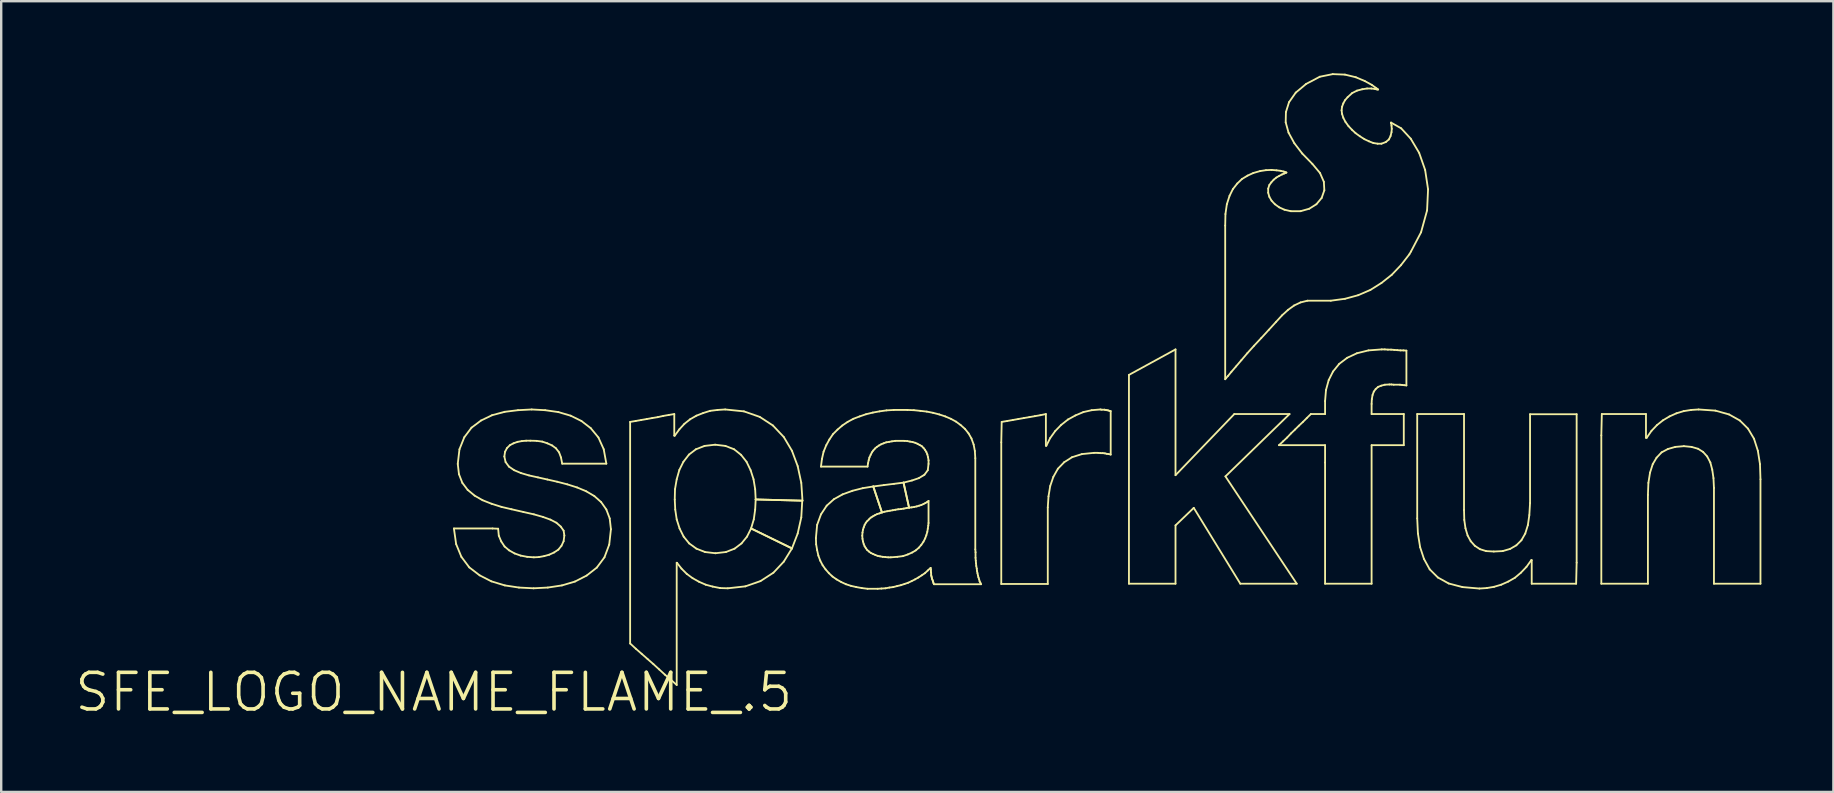
<source format=kicad_pcb>
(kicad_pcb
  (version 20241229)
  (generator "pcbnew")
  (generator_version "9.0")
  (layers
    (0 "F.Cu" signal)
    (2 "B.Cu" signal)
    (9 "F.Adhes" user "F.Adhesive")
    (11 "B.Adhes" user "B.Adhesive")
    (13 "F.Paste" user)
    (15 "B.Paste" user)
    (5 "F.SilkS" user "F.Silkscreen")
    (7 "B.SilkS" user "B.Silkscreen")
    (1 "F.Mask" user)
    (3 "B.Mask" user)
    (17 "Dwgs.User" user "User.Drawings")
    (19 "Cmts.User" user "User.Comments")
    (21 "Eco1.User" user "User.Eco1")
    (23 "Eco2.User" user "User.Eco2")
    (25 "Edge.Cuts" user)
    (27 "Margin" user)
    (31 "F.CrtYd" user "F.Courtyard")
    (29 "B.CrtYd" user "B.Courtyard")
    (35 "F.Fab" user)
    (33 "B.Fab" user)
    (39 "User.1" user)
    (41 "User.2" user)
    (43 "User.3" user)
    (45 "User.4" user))
  (footprint "SFE_LOGO_NAME_FLAME_.5"
    (layer "F.Cu")
    (at 15.022 25.786)
    (property "Reference" "SFE_LOGO_NAME_FLAME_.5" (at 0 0 0) (layer "F.SilkS") (effects (font (size 1.524 1.524) (thickness 0.15))))
    (attr exclude_from_pos_files exclude_from_bom)
    (fp_line (start 0.838 -6.82) (end 2.449 -6.82) (stroke (width 0.076) (type solid)) (layer "F.SilkS"))
    (fp_line (start 0.93 -6.17) (end 0.838 -6.82) (stroke (width 0.076) (type solid)) (layer "F.SilkS"))
    (fp_line (start 0.998 -9.51) (end 1.069 -10.119) (stroke (width 0.076) (type solid)) (layer "F.SilkS"))
    (fp_line (start 1.049 -9.078) (end 0.998 -9.51) (stroke (width 0.076) (type solid)) (layer "F.SilkS"))
    (fp_line (start 1.069 -10.119) (end 1.27 -10.62) (stroke (width 0.076) (type solid)) (layer "F.SilkS"))
    (fp_line (start 1.148 -5.639) (end 0.93 -6.17) (stroke (width 0.076) (type solid)) (layer "F.SilkS"))
    (fp_line (start 1.189 -8.72) (end 1.049 -9.078) (stroke (width 0.076) (type solid)) (layer "F.SilkS"))
    (fp_line (start 1.27 -10.62) (end 1.57 -11.019) (stroke (width 0.076) (type solid)) (layer "F.SilkS"))
    (fp_line (start 1.41 -8.428) (end 1.189 -8.72) (stroke (width 0.076) (type solid)) (layer "F.SilkS"))
    (fp_line (start 1.478 -5.199) (end 1.148 -5.639) (stroke (width 0.076) (type solid)) (layer "F.SilkS"))
    (fp_line (start 1.57 -11.019) (end 1.968 -11.318) (stroke (width 0.076) (type solid)) (layer "F.SilkS"))
    (fp_line (start 1.699 -8.189) (end 1.41 -8.428) (stroke (width 0.076) (type solid)) (layer "F.SilkS"))
    (fp_line (start 1.908 -4.869) (end 1.478 -5.199) (stroke (width 0.076) (type solid)) (layer "F.SilkS"))
    (fp_line (start 1.968 -11.318) (end 2.428 -11.539) (stroke (width 0.076) (type solid)) (layer "F.SilkS"))
    (fp_line (start 2.029 -7.998) (end 1.699 -8.189) (stroke (width 0.076) (type solid)) (layer "F.SilkS"))
    (fp_line (start 2.398 -4.618) (end 1.908 -4.869) (stroke (width 0.076) (type solid)) (layer "F.SilkS"))
    (fp_line (start 2.408 -7.849) (end 2.029 -7.998) (stroke (width 0.076) (type solid)) (layer "F.SilkS"))
    (fp_line (start 2.428 -11.539) (end 2.949 -11.679) (stroke (width 0.076) (type solid)) (layer "F.SilkS"))
    (fp_line (start 2.449 -6.82) (end 2.68 -6.81) (stroke (width 0.076) (type solid)) (layer "F.SilkS"))
    (fp_line (start 2.68 -6.81) (end 2.708 -6.518) (stroke (width 0.076) (type solid)) (layer "F.SilkS"))
    (fp_line (start 2.708 -6.518) (end 2.809 -6.279) (stroke (width 0.076) (type solid)) (layer "F.SilkS"))
    (fp_line (start 2.809 -6.279) (end 2.949 -6.068) (stroke (width 0.076) (type solid)) (layer "F.SilkS"))
    (fp_line (start 2.819 -7.719) (end 2.408 -7.849) (stroke (width 0.076) (type solid)) (layer "F.SilkS"))
    (fp_line (start 2.939 -9.82) (end 2.99 -9.588) (stroke (width 0.076) (type solid)) (layer "F.SilkS"))
    (fp_line (start 2.949 -11.679) (end 3.508 -11.748) (stroke (width 0.076) (type solid)) (layer "F.SilkS"))
    (fp_line (start 2.949 -6.068) (end 3.139 -5.908) (stroke (width 0.076) (type solid)) (layer "F.SilkS"))
    (fp_line (start 2.959 -4.448) (end 2.398 -4.618) (stroke (width 0.076) (type solid)) (layer "F.SilkS"))
    (fp_line (start 2.969 -10.018) (end 2.939 -9.82) (stroke (width 0.076) (type solid)) (layer "F.SilkS"))
    (fp_line (start 2.99 -9.588) (end 3.129 -9.398) (stroke (width 0.076) (type solid)) (layer "F.SilkS"))
    (fp_line (start 3.048 -10.168) (end 2.969 -10.018) (stroke (width 0.076) (type solid)) (layer "F.SilkS"))
    (fp_line (start 3.129 -9.398) (end 3.348 -9.248) (stroke (width 0.076) (type solid)) (layer "F.SilkS"))
    (fp_line (start 3.139 -5.908) (end 3.368 -5.779) (stroke (width 0.076) (type solid)) (layer "F.SilkS"))
    (fp_line (start 3.17 -10.29) (end 3.048 -10.168) (stroke (width 0.076) (type solid)) (layer "F.SilkS"))
    (fp_line (start 3.239 -7.62) (end 2.819 -7.719) (stroke (width 0.076) (type solid)) (layer "F.SilkS"))
    (fp_line (start 3.32 -10.368) (end 3.17 -10.29) (stroke (width 0.076) (type solid)) (layer "F.SilkS"))
    (fp_line (start 3.348 -9.248) (end 3.63 -9.129) (stroke (width 0.076) (type solid)) (layer "F.SilkS"))
    (fp_line (start 3.368 -5.779) (end 3.619 -5.69) (stroke (width 0.076) (type solid)) (layer "F.SilkS"))
    (fp_line (start 3.49 -10.429) (end 3.32 -10.368) (stroke (width 0.076) (type solid)) (layer "F.SilkS"))
    (fp_line (start 3.508 -11.748) (end 4.079 -11.778) (stroke (width 0.076) (type solid)) (layer "F.SilkS"))
    (fp_line (start 3.548 -4.359) (end 2.959 -4.448) (stroke (width 0.076) (type solid)) (layer "F.SilkS"))
    (fp_line (start 3.619 -5.69) (end 3.889 -5.639) (stroke (width 0.076) (type solid)) (layer "F.SilkS"))
    (fp_line (start 3.63 -9.129) (end 3.967 -9.03) (stroke (width 0.076) (type solid)) (layer "F.SilkS"))
    (fp_line (start 3.668 -10.46) (end 3.49 -10.429) (stroke (width 0.076) (type solid)) (layer "F.SilkS"))
    (fp_line (start 3.729 -7.508) (end 3.239 -7.62) (stroke (width 0.076) (type solid)) (layer "F.SilkS"))
    (fp_line (start 3.848 -10.477) (end 3.668 -10.46) (stroke (width 0.076) (type solid)) (layer "F.SilkS"))
    (fp_line (start 3.889 -5.639) (end 4.168 -5.618) (stroke (width 0.076) (type solid)) (layer "F.SilkS"))
    (fp_line (start 3.967 -9.03) (end 4.338 -8.948) (stroke (width 0.076) (type solid)) (layer "F.SilkS"))
    (fp_line (start 4.018 -10.477) (end 3.848 -10.477) (stroke (width 0.076) (type solid)) (layer "F.SilkS"))
    (fp_line (start 4.079 -11.778) (end 4.638 -11.748) (stroke (width 0.076) (type solid)) (layer "F.SilkS"))
    (fp_line (start 4.158 -4.328) (end 3.548 -4.359) (stroke (width 0.076) (type solid)) (layer "F.SilkS"))
    (fp_line (start 4.168 -7.409) (end 3.729 -7.508) (stroke (width 0.076) (type solid)) (layer "F.SilkS"))
    (fp_line (start 4.168 -5.618) (end 4.379 -5.629) (stroke (width 0.076) (type solid)) (layer "F.SilkS"))
    (fp_line (start 4.28 -10.47) (end 4.018 -10.477) (stroke (width 0.076) (type solid)) (layer "F.SilkS"))
    (fp_line (start 4.338 -8.948) (end 4.729 -8.86) (stroke (width 0.076) (type solid)) (layer "F.SilkS"))
    (fp_line (start 4.379 -5.629) (end 4.6 -5.669) (stroke (width 0.076) (type solid)) (layer "F.SilkS"))
    (fp_line (start 4.519 -10.439) (end 4.28 -10.47) (stroke (width 0.076) (type solid)) (layer "F.SilkS"))
    (fp_line (start 4.549 -7.3) (end 4.168 -7.409) (stroke (width 0.076) (type solid)) (layer "F.SilkS"))
    (fp_line (start 4.6 -5.669) (end 4.808 -5.728) (stroke (width 0.076) (type solid)) (layer "F.SilkS"))
    (fp_line (start 4.638 -11.748) (end 5.189 -11.669) (stroke (width 0.076) (type solid)) (layer "F.SilkS"))
    (fp_line (start 4.729 -10.368) (end 4.519 -10.439) (stroke (width 0.076) (type solid)) (layer "F.SilkS"))
    (fp_line (start 4.729 -8.86) (end 5.138 -8.768) (stroke (width 0.076) (type solid)) (layer "F.SilkS"))
    (fp_line (start 4.75 -4.359) (end 4.158 -4.328) (stroke (width 0.076) (type solid)) (layer "F.SilkS"))
    (fp_line (start 4.808 -5.728) (end 5.009 -5.819) (stroke (width 0.076) (type solid)) (layer "F.SilkS"))
    (fp_line (start 4.859 -7.188) (end 4.549 -7.3) (stroke (width 0.076) (type solid)) (layer "F.SilkS"))
    (fp_line (start 4.928 -10.279) (end 4.729 -10.368) (stroke (width 0.076) (type solid)) (layer "F.SilkS"))
    (fp_line (start 5.009 -5.819) (end 5.189 -5.939) (stroke (width 0.076) (type solid)) (layer "F.SilkS"))
    (fp_line (start 5.088 -10.16) (end 4.928 -10.279) (stroke (width 0.076) (type solid)) (layer "F.SilkS"))
    (fp_line (start 5.108 -7.059) (end 4.859 -7.188) (stroke (width 0.076) (type solid)) (layer "F.SilkS"))
    (fp_line (start 5.138 -8.768) (end 5.558 -8.659) (stroke (width 0.076) (type solid)) (layer "F.SilkS"))
    (fp_line (start 5.189 -11.669) (end 5.7 -11.519) (stroke (width 0.076) (type solid)) (layer "F.SilkS"))
    (fp_line (start 5.189 -5.939) (end 5.319 -6.099) (stroke (width 0.076) (type solid)) (layer "F.SilkS"))
    (fp_line (start 5.22 -9.99) (end 5.088 -10.16) (stroke (width 0.076) (type solid)) (layer "F.SilkS"))
    (fp_line (start 5.288 -6.899) (end 5.108 -7.059) (stroke (width 0.076) (type solid)) (layer "F.SilkS"))
    (fp_line (start 5.298 -9.779) (end 5.22 -9.99) (stroke (width 0.076) (type solid)) (layer "F.SilkS"))
    (fp_line (start 5.319 -6.099) (end 5.408 -6.289) (stroke (width 0.076) (type solid)) (layer "F.SilkS"))
    (fp_line (start 5.339 -4.448) (end 4.75 -4.359) (stroke (width 0.076) (type solid)) (layer "F.SilkS"))
    (fp_line (start 5.349 -9.52) (end 5.298 -9.779) (stroke (width 0.076) (type solid)) (layer "F.SilkS"))
    (fp_line (start 5.408 -6.728) (end 5.288 -6.899) (stroke (width 0.076) (type solid)) (layer "F.SilkS"))
    (fp_line (start 5.408 -6.289) (end 5.438 -6.528) (stroke (width 0.076) (type solid)) (layer "F.SilkS"))
    (fp_line (start 5.438 -6.528) (end 5.408 -6.728) (stroke (width 0.076) (type solid)) (layer "F.SilkS"))
    (fp_line (start 5.558 -8.659) (end 5.969 -8.529) (stroke (width 0.076) (type solid)) (layer "F.SilkS"))
    (fp_line (start 5.7 -11.519) (end 6.149 -11.298) (stroke (width 0.076) (type solid)) (layer "F.SilkS"))
    (fp_line (start 5.878 -4.608) (end 5.339 -4.448) (stroke (width 0.076) (type solid)) (layer "F.SilkS"))
    (fp_line (start 5.969 -8.529) (end 6.35 -8.369) (stroke (width 0.076) (type solid)) (layer "F.SilkS"))
    (fp_line (start 6.149 -11.298) (end 6.538 -10.998) (stroke (width 0.076) (type solid)) (layer "F.SilkS"))
    (fp_line (start 6.35 -8.369) (end 6.688 -8.169) (stroke (width 0.076) (type solid)) (layer "F.SilkS"))
    (fp_line (start 6.368 -4.859) (end 5.878 -4.608) (stroke (width 0.076) (type solid)) (layer "F.SilkS"))
    (fp_line (start 6.538 -10.998) (end 6.858 -10.61) (stroke (width 0.076) (type solid)) (layer "F.SilkS"))
    (fp_line (start 6.688 -8.169) (end 6.97 -7.92) (stroke (width 0.076) (type solid)) (layer "F.SilkS"))
    (fp_line (start 6.789 -5.189) (end 6.368 -4.859) (stroke (width 0.076) (type solid)) (layer "F.SilkS"))
    (fp_line (start 6.858 -10.61) (end 7.079 -10.119) (stroke (width 0.076) (type solid)) (layer "F.SilkS"))
    (fp_line (start 6.97 -7.92) (end 7.188 -7.61) (stroke (width 0.076) (type solid)) (layer "F.SilkS"))
    (fp_line (start 7.079 -10.119) (end 7.188 -9.52) (stroke (width 0.076) (type solid)) (layer "F.SilkS"))
    (fp_line (start 7.109 -5.618) (end 6.789 -5.189) (stroke (width 0.076) (type solid)) (layer "F.SilkS"))
    (fp_line (start 7.188 -9.52) (end 5.349 -9.52) (stroke (width 0.076) (type solid)) (layer "F.SilkS"))
    (fp_line (start 7.188 -7.61) (end 7.328 -7.239) (stroke (width 0.076) (type solid)) (layer "F.SilkS"))
    (fp_line (start 7.308 -6.149) (end 7.109 -5.618) (stroke (width 0.076) (type solid)) (layer "F.SilkS"))
    (fp_line (start 7.328 -7.239) (end 7.379 -6.789) (stroke (width 0.076) (type solid)) (layer "F.SilkS"))
    (fp_line (start 7.379 -6.789) (end 7.308 -6.149) (stroke (width 0.076) (type solid)) (layer "F.SilkS"))
    (fp_line (start 8.179 -11.26) (end 8.41 -11.298) (stroke (width 0.076) (type solid)) (layer "F.SilkS"))
    (fp_line (start 8.179 -2.029) (end 8.179 -11.26) (stroke (width 0.076) (type solid)) (layer "F.SilkS"))
    (fp_line (start 8.41 -11.298) (end 8.639 -11.339) (stroke (width 0.076) (type solid)) (layer "F.SilkS"))
    (fp_line (start 8.418 -1.808) (end 8.179 -2.029) (stroke (width 0.076) (type solid)) (layer "F.SilkS"))
    (fp_line (start 8.639 -11.339) (end 8.87 -11.379) (stroke (width 0.076) (type solid)) (layer "F.SilkS"))
    (fp_line (start 8.659 -1.598) (end 8.418 -1.808) (stroke (width 0.076) (type solid)) (layer "F.SilkS"))
    (fp_line (start 8.87 -11.379) (end 9.098 -11.42) (stroke (width 0.076) (type solid)) (layer "F.SilkS"))
    (fp_line (start 8.908 -1.379) (end 8.659 -1.598) (stroke (width 0.076) (type solid)) (layer "F.SilkS"))
    (fp_line (start 9.098 -11.42) (end 9.329 -11.458) (stroke (width 0.076) (type solid)) (layer "F.SilkS"))
    (fp_line (start 9.149 -1.168) (end 8.908 -1.379) (stroke (width 0.076) (type solid)) (layer "F.SilkS"))
    (fp_line (start 9.329 -11.458) (end 9.558 -11.509) (stroke (width 0.076) (type solid)) (layer "F.SilkS"))
    (fp_line (start 9.388 -0.95) (end 9.149 -1.168) (stroke (width 0.076) (type solid)) (layer "F.SilkS"))
    (fp_line (start 9.558 -11.509) (end 9.789 -11.549) (stroke (width 0.076) (type solid)) (layer "F.SilkS"))
    (fp_line (start 9.629 -0.729) (end 9.388 -0.95) (stroke (width 0.076) (type solid)) (layer "F.SilkS"))
    (fp_line (start 9.789 -11.549) (end 10.018 -11.587) (stroke (width 0.076) (type solid)) (layer "F.SilkS"))
    (fp_line (start 9.878 -0.518) (end 9.629 -0.729) (stroke (width 0.076) (type solid)) (layer "F.SilkS"))
    (fp_line (start 10.018 -11.587) (end 10.018 -10.688) (stroke (width 0.076) (type solid)) (layer "F.SilkS"))
    (fp_line (start 10.018 -10.688) (end 10.038 -10.688) (stroke (width 0.076) (type solid)) (layer "F.SilkS"))
    (fp_line (start 10.038 -10.688) (end 10.229 -10.95) (stroke (width 0.076) (type solid)) (layer "F.SilkS"))
    (fp_line (start 10.038 -8.029) (end 10.058 -7.61) (stroke (width 0.076) (type solid)) (layer "F.SilkS"))
    (fp_line (start 10.048 -8.458) (end 10.038 -8.029) (stroke (width 0.076) (type solid)) (layer "F.SilkS"))
    (fp_line (start 10.058 -7.61) (end 10.119 -7.198) (stroke (width 0.076) (type solid)) (layer "F.SilkS"))
    (fp_line (start 10.119 -8.87) (end 10.048 -8.458) (stroke (width 0.076) (type solid)) (layer "F.SilkS"))
    (fp_line (start 10.119 -7.198) (end 10.239 -6.82) (stroke (width 0.076) (type solid)) (layer "F.SilkS"))
    (fp_line (start 10.119 -5.39) (end 10.119 -0.3) (stroke (width 0.076) (type solid)) (layer "F.SilkS"))
    (fp_line (start 10.119 -0.3) (end 9.878 -0.518) (stroke (width 0.076) (type solid)) (layer "F.SilkS"))
    (fp_line (start 10.13 -5.39) (end 10.119 -5.39) (stroke (width 0.076) (type solid)) (layer "F.SilkS"))
    (fp_line (start 10.229 -10.95) (end 10.439 -11.179) (stroke (width 0.076) (type solid)) (layer "F.SilkS"))
    (fp_line (start 10.229 -9.258) (end 10.119 -8.87) (stroke (width 0.076) (type solid)) (layer "F.SilkS"))
    (fp_line (start 10.239 -6.82) (end 10.409 -6.48) (stroke (width 0.076) (type solid)) (layer "F.SilkS"))
    (fp_line (start 10.317 -5.149) (end 10.13 -5.39) (stroke (width 0.076) (type solid)) (layer "F.SilkS"))
    (fp_line (start 10.399 -9.599) (end 10.229 -9.258) (stroke (width 0.076) (type solid)) (layer "F.SilkS"))
    (fp_line (start 10.409 -6.48) (end 10.638 -6.198) (stroke (width 0.076) (type solid)) (layer "F.SilkS"))
    (fp_line (start 10.439 -11.179) (end 10.678 -11.369) (stroke (width 0.076) (type solid)) (layer "F.SilkS"))
    (fp_line (start 10.538 -4.928) (end 10.317 -5.149) (stroke (width 0.076) (type solid)) (layer "F.SilkS"))
    (fp_line (start 10.63 -9.898) (end 10.399 -9.599) (stroke (width 0.076) (type solid)) (layer "F.SilkS"))
    (fp_line (start 10.638 -6.198) (end 10.94 -5.979) (stroke (width 0.076) (type solid)) (layer "F.SilkS"))
    (fp_line (start 10.678 -11.369) (end 10.94 -11.519) (stroke (width 0.076) (type solid)) (layer "F.SilkS"))
    (fp_line (start 10.78 -4.75) (end 10.538 -4.928) (stroke (width 0.076) (type solid)) (layer "F.SilkS"))
    (fp_line (start 10.919 -10.119) (end 10.63 -9.898) (stroke (width 0.076) (type solid)) (layer "F.SilkS"))
    (fp_line (start 10.94 -11.519) (end 11.219 -11.628) (stroke (width 0.076) (type solid)) (layer "F.SilkS"))
    (fp_line (start 10.94 -5.979) (end 11.298 -5.839) (stroke (width 0.076) (type solid)) (layer "F.SilkS"))
    (fp_line (start 11.049 -4.6) (end 10.78 -4.75) (stroke (width 0.076) (type solid)) (layer "F.SilkS"))
    (fp_line (start 11.219 -11.628) (end 11.509 -11.72) (stroke (width 0.076) (type solid)) (layer "F.SilkS"))
    (fp_line (start 11.278 -10.259) (end 10.919 -10.119) (stroke (width 0.076) (type solid)) (layer "F.SilkS"))
    (fp_line (start 11.298 -5.839) (end 11.73 -5.789) (stroke (width 0.076) (type solid)) (layer "F.SilkS"))
    (fp_line (start 11.328 -4.478) (end 11.049 -4.6) (stroke (width 0.076) (type solid)) (layer "F.SilkS"))
    (fp_line (start 11.509 -11.72) (end 11.819 -11.758) (stroke (width 0.076) (type solid)) (layer "F.SilkS"))
    (fp_line (start 11.618 -4.399) (end 11.328 -4.478) (stroke (width 0.076) (type solid)) (layer "F.SilkS"))
    (fp_line (start 11.72 -10.31) (end 11.278 -10.259) (stroke (width 0.076) (type solid)) (layer "F.SilkS"))
    (fp_line (start 11.73 -5.789) (end 12.169 -5.839) (stroke (width 0.076) (type solid)) (layer "F.SilkS"))
    (fp_line (start 11.819 -11.758) (end 12.139 -11.778) (stroke (width 0.076) (type solid)) (layer "F.SilkS"))
    (fp_line (start 11.928 -4.338) (end 11.618 -4.399) (stroke (width 0.076) (type solid)) (layer "F.SilkS"))
    (fp_line (start 12.139 -11.778) (end 12.918 -11.699) (stroke (width 0.076) (type solid)) (layer "F.SilkS"))
    (fp_line (start 12.149 -10.259) (end 11.72 -10.31) (stroke (width 0.076) (type solid)) (layer "F.SilkS"))
    (fp_line (start 12.169 -5.839) (end 12.53 -5.979) (stroke (width 0.076) (type solid)) (layer "F.SilkS"))
    (fp_line (start 12.248 -4.328) (end 11.928 -4.338) (stroke (width 0.076) (type solid)) (layer "F.SilkS"))
    (fp_line (start 12.509 -10.119) (end 12.149 -10.259) (stroke (width 0.076) (type solid)) (layer "F.SilkS"))
    (fp_line (start 12.53 -5.979) (end 12.819 -6.198) (stroke (width 0.076) (type solid)) (layer "F.SilkS"))
    (fp_line (start 12.799 -9.888) (end 12.509 -10.119) (stroke (width 0.076) (type solid)) (layer "F.SilkS"))
    (fp_line (start 12.819 -6.198) (end 13.048 -6.48) (stroke (width 0.076) (type solid)) (layer "F.SilkS"))
    (fp_line (start 12.918 -11.699) (end 13.579 -11.468) (stroke (width 0.076) (type solid)) (layer "F.SilkS"))
    (fp_line (start 12.979 -4.409) (end 12.248 -4.328) (stroke (width 0.076) (type solid)) (layer "F.SilkS"))
    (fp_line (start 13.028 -9.599) (end 12.799 -9.888) (stroke (width 0.076) (type solid)) (layer "F.SilkS"))
    (fp_line (start 13.048 -6.48) (end 13.218 -6.82) (stroke (width 0.076) (type solid)) (layer "F.SilkS"))
    (fp_line (start 13.198 -9.248) (end 13.028 -9.599) (stroke (width 0.076) (type solid)) (layer "F.SilkS"))
    (fp_line (start 13.218 -6.82) (end 13.33 -7.198) (stroke (width 0.076) (type solid)) (layer "F.SilkS"))
    (fp_line (start 13.218 -6.82) (end 14.92 -5.989) (stroke (width 0.076) (type solid)) (layer "F.SilkS"))
    (fp_line (start 13.32 -8.87) (end 13.198 -9.248) (stroke (width 0.076) (type solid)) (layer "F.SilkS"))
    (fp_line (start 13.33 -7.198) (end 13.388 -7.61) (stroke (width 0.076) (type solid)) (layer "F.SilkS"))
    (fp_line (start 13.388 -8.458) (end 13.32 -8.87) (stroke (width 0.076) (type solid)) (layer "F.SilkS"))
    (fp_line (start 13.388 -7.61) (end 13.409 -8.029) (stroke (width 0.076) (type solid)) (layer "F.SilkS"))
    (fp_line (start 13.409 -8.029) (end 13.388 -8.458) (stroke (width 0.076) (type solid)) (layer "F.SilkS"))
    (fp_line (start 13.409 -8.029) (end 15.349 -7.978) (stroke (width 0.076) (type solid)) (layer "F.SilkS"))
    (fp_line (start 13.579 -11.468) (end 14.127 -11.11) (stroke (width 0.076) (type solid)) (layer "F.SilkS"))
    (fp_line (start 13.609 -4.628) (end 12.979 -4.409) (stroke (width 0.076) (type solid)) (layer "F.SilkS"))
    (fp_line (start 14.127 -11.11) (end 14.58 -10.63) (stroke (width 0.076) (type solid)) (layer "F.SilkS"))
    (fp_line (start 14.148 -4.978) (end 13.609 -4.628) (stroke (width 0.076) (type solid)) (layer "F.SilkS"))
    (fp_line (start 14.58 -10.63) (end 14.92 -10.058) (stroke (width 0.076) (type solid)) (layer "F.SilkS"))
    (fp_line (start 14.58 -5.438) (end 14.148 -4.978) (stroke (width 0.076) (type solid)) (layer "F.SilkS"))
    (fp_line (start 14.92 -10.058) (end 15.159 -9.418) (stroke (width 0.076) (type solid)) (layer "F.SilkS"))
    (fp_line (start 14.92 -5.989) (end 13.218 -6.82) (stroke (width 0.076) (type solid)) (layer "F.SilkS"))
    (fp_line (start 14.92 -5.989) (end 14.58 -5.438) (stroke (width 0.076) (type solid)) (layer "F.SilkS"))
    (fp_line (start 15.159 -9.418) (end 15.309 -8.72) (stroke (width 0.076) (type solid)) (layer "F.SilkS"))
    (fp_line (start 15.159 -6.609) (end 14.92 -5.989) (stroke (width 0.076) (type solid)) (layer "F.SilkS"))
    (fp_line (start 15.309 -8.72) (end 15.359 -7.978) (stroke (width 0.076) (type solid)) (layer "F.SilkS"))
    (fp_line (start 15.309 -7.28) (end 15.159 -6.609) (stroke (width 0.076) (type solid)) (layer "F.SilkS"))
    (fp_line (start 15.349 -7.978) (end 15.309 -7.28) (stroke (width 0.076) (type solid)) (layer "F.SilkS"))
    (fp_line (start 15.359 -7.978) (end 13.409 -8.029) (stroke (width 0.076) (type solid)) (layer "F.SilkS"))
    (fp_line (start 15.918 -6.419) (end 15.969 -6.97) (stroke (width 0.076) (type solid)) (layer "F.SilkS"))
    (fp_line (start 15.928 -6.16) (end 15.918 -6.419) (stroke (width 0.076) (type solid)) (layer "F.SilkS"))
    (fp_line (start 15.969 -6.97) (end 16.129 -7.409) (stroke (width 0.076) (type solid)) (layer "F.SilkS"))
    (fp_line (start 15.969 -5.918) (end 15.928 -6.16) (stroke (width 0.076) (type solid)) (layer "F.SilkS"))
    (fp_line (start 16.02 -5.69) (end 15.969 -5.918) (stroke (width 0.076) (type solid)) (layer "F.SilkS"))
    (fp_line (start 16.099 -5.479) (end 16.02 -5.69) (stroke (width 0.076) (type solid)) (layer "F.SilkS"))
    (fp_line (start 16.129 -9.398) (end 16.17 -9.718) (stroke (width 0.076) (type solid)) (layer "F.SilkS"))
    (fp_line (start 16.129 -7.409) (end 16.368 -7.77) (stroke (width 0.076) (type solid)) (layer "F.SilkS"))
    (fp_line (start 16.17 -9.718) (end 16.238 -10.018) (stroke (width 0.076) (type solid)) (layer "F.SilkS"))
    (fp_line (start 16.198 -5.288) (end 16.099 -5.479) (stroke (width 0.076) (type solid)) (layer "F.SilkS"))
    (fp_line (start 16.238 -10.018) (end 16.35 -10.29) (stroke (width 0.076) (type solid)) (layer "F.SilkS"))
    (fp_line (start 16.32 -5.118) (end 16.198 -5.288) (stroke (width 0.076) (type solid)) (layer "F.SilkS"))
    (fp_line (start 16.35 -10.29) (end 16.48 -10.528) (stroke (width 0.076) (type solid)) (layer "F.SilkS"))
    (fp_line (start 16.368 -7.77) (end 16.667 -8.039) (stroke (width 0.076) (type solid)) (layer "F.SilkS"))
    (fp_line (start 16.459 -4.958) (end 16.32 -5.118) (stroke (width 0.076) (type solid)) (layer "F.SilkS"))
    (fp_line (start 16.48 -10.528) (end 16.629 -10.749) (stroke (width 0.076) (type solid)) (layer "F.SilkS"))
    (fp_line (start 16.609 -4.818) (end 16.459 -4.958) (stroke (width 0.076) (type solid)) (layer "F.SilkS"))
    (fp_line (start 16.629 -10.749) (end 16.82 -10.94) (stroke (width 0.076) (type solid)) (layer "F.SilkS"))
    (fp_line (start 16.667 -8.039) (end 17.028 -8.24) (stroke (width 0.076) (type solid)) (layer "F.SilkS"))
    (fp_line (start 16.779 -4.699) (end 16.609 -4.818) (stroke (width 0.076) (type solid)) (layer "F.SilkS"))
    (fp_line (start 16.82 -10.94) (end 17.018 -11.11) (stroke (width 0.076) (type solid)) (layer "F.SilkS"))
    (fp_line (start 16.97 -4.59) (end 16.779 -4.699) (stroke (width 0.076) (type solid)) (layer "F.SilkS"))
    (fp_line (start 17.018 -11.11) (end 17.239 -11.26) (stroke (width 0.076) (type solid)) (layer "F.SilkS"))
    (fp_line (start 17.028 -8.24) (end 17.44 -8.39) (stroke (width 0.076) (type solid)) (layer "F.SilkS"))
    (fp_line (start 17.168 -4.498) (end 16.97 -4.59) (stroke (width 0.076) (type solid)) (layer "F.SilkS"))
    (fp_line (start 17.239 -11.26) (end 17.478 -11.389) (stroke (width 0.076) (type solid)) (layer "F.SilkS"))
    (fp_line (start 17.379 -4.43) (end 17.168 -4.498) (stroke (width 0.076) (type solid)) (layer "F.SilkS"))
    (fp_line (start 17.44 -8.39) (end 17.869 -8.499) (stroke (width 0.076) (type solid)) (layer "F.SilkS"))
    (fp_line (start 17.478 -11.389) (end 17.739 -11.488) (stroke (width 0.076) (type solid)) (layer "F.SilkS"))
    (fp_line (start 17.6 -4.379) (end 17.379 -4.43) (stroke (width 0.076) (type solid)) (layer "F.SilkS"))
    (fp_line (start 17.739 -11.488) (end 18.009 -11.58) (stroke (width 0.076) (type solid)) (layer "F.SilkS"))
    (fp_line (start 17.828 -4.338) (end 17.6 -4.379) (stroke (width 0.076) (type solid)) (layer "F.SilkS"))
    (fp_line (start 17.849 -6.518) (end 17.859 -6.388) (stroke (width 0.076) (type solid)) (layer "F.SilkS"))
    (fp_line (start 17.859 -6.65) (end 17.849 -6.518) (stroke (width 0.076) (type solid)) (layer "F.SilkS"))
    (fp_line (start 17.859 -6.388) (end 17.879 -6.279) (stroke (width 0.076) (type solid)) (layer "F.SilkS"))
    (fp_line (start 17.869 -8.499) (end 18.308 -8.57) (stroke (width 0.076) (type solid)) (layer "F.SilkS"))
    (fp_line (start 17.879 -6.769) (end 17.859 -6.65) (stroke (width 0.076) (type solid)) (layer "F.SilkS"))
    (fp_line (start 17.879 -6.279) (end 17.91 -6.17) (stroke (width 0.076) (type solid)) (layer "F.SilkS"))
    (fp_line (start 17.91 -6.868) (end 17.879 -6.769) (stroke (width 0.076) (type solid)) (layer "F.SilkS"))
    (fp_line (start 17.91 -6.17) (end 17.948 -6.078) (stroke (width 0.076) (type solid)) (layer "F.SilkS"))
    (fp_line (start 17.948 -6.97) (end 17.91 -6.868) (stroke (width 0.076) (type solid)) (layer "F.SilkS"))
    (fp_line (start 17.948 -6.078) (end 17.998 -5.999) (stroke (width 0.076) (type solid)) (layer "F.SilkS"))
    (fp_line (start 17.998 -7.059) (end 17.948 -6.97) (stroke (width 0.076) (type solid)) (layer "F.SilkS"))
    (fp_line (start 17.998 -5.999) (end 18.059 -5.918) (stroke (width 0.076) (type solid)) (layer "F.SilkS"))
    (fp_line (start 18.009 -11.58) (end 18.288 -11.648) (stroke (width 0.076) (type solid)) (layer "F.SilkS"))
    (fp_line (start 18.059 -7.13) (end 17.998 -7.059) (stroke (width 0.076) (type solid)) (layer "F.SilkS"))
    (fp_line (start 18.059 -5.918) (end 18.128 -5.86) (stroke (width 0.076) (type solid)) (layer "F.SilkS"))
    (fp_line (start 18.07 -9.398) (end 16.129 -9.398) (stroke (width 0.076) (type solid)) (layer "F.SilkS"))
    (fp_line (start 18.07 -4.308) (end 17.828 -4.338) (stroke (width 0.076) (type solid)) (layer "F.SilkS"))
    (fp_line (start 18.09 -9.538) (end 18.07 -9.398) (stroke (width 0.076) (type solid)) (layer "F.SilkS"))
    (fp_line (start 18.118 -9.67) (end 18.09 -9.538) (stroke (width 0.076) (type solid)) (layer "F.SilkS"))
    (fp_line (start 18.128 -7.198) (end 18.059 -7.13) (stroke (width 0.076) (type solid)) (layer "F.SilkS"))
    (fp_line (start 18.128 -5.86) (end 18.209 -5.799) (stroke (width 0.076) (type solid)) (layer "F.SilkS"))
    (fp_line (start 18.148 -9.779) (end 18.118 -9.67) (stroke (width 0.076) (type solid)) (layer "F.SilkS"))
    (fp_line (start 18.199 -9.888) (end 18.148 -9.779) (stroke (width 0.076) (type solid)) (layer "F.SilkS"))
    (fp_line (start 18.199 -7.269) (end 18.128 -7.198) (stroke (width 0.076) (type solid)) (layer "F.SilkS"))
    (fp_line (start 18.209 -5.799) (end 18.298 -5.758) (stroke (width 0.076) (type solid)) (layer "F.SilkS"))
    (fp_line (start 18.25 -9.99) (end 18.199 -9.888) (stroke (width 0.076) (type solid)) (layer "F.SilkS"))
    (fp_line (start 18.278 -7.318) (end 18.199 -7.269) (stroke (width 0.076) (type solid)) (layer "F.SilkS"))
    (fp_line (start 18.288 -11.648) (end 18.57 -11.699) (stroke (width 0.076) (type solid)) (layer "F.SilkS"))
    (fp_line (start 18.298 -5.758) (end 18.39 -5.718) (stroke (width 0.076) (type solid)) (layer "F.SilkS"))
    (fp_line (start 18.308 -10.069) (end 18.25 -9.99) (stroke (width 0.076) (type solid)) (layer "F.SilkS"))
    (fp_line (start 18.308 -8.57) (end 18.669 -7.488) (stroke (width 0.076) (type solid)) (layer "F.SilkS"))
    (fp_line (start 18.308 -8.57) (end 18.748 -8.628) (stroke (width 0.076) (type solid)) (layer "F.SilkS"))
    (fp_line (start 18.369 -7.369) (end 18.278 -7.318) (stroke (width 0.076) (type solid)) (layer "F.SilkS"))
    (fp_line (start 18.379 -10.15) (end 18.308 -10.069) (stroke (width 0.076) (type solid)) (layer "F.SilkS"))
    (fp_line (start 18.39 -5.718) (end 18.489 -5.679) (stroke (width 0.076) (type solid)) (layer "F.SilkS"))
    (fp_line (start 18.458 -10.218) (end 18.379 -10.15) (stroke (width 0.076) (type solid)) (layer "F.SilkS"))
    (fp_line (start 18.468 -7.419) (end 18.369 -7.369) (stroke (width 0.076) (type solid)) (layer "F.SilkS"))
    (fp_line (start 18.489 -5.679) (end 18.588 -5.659) (stroke (width 0.076) (type solid)) (layer "F.SilkS"))
    (fp_line (start 18.489 -4.308) (end 18.07 -4.308) (stroke (width 0.076) (type solid)) (layer "F.SilkS"))
    (fp_line (start 18.55 -10.279) (end 18.458 -10.218) (stroke (width 0.076) (type solid)) (layer "F.SilkS"))
    (fp_line (start 18.57 -11.699) (end 18.86 -11.74) (stroke (width 0.076) (type solid)) (layer "F.SilkS"))
    (fp_line (start 18.57 -7.45) (end 18.468 -7.419) (stroke (width 0.076) (type solid)) (layer "F.SilkS"))
    (fp_line (start 18.588 -5.659) (end 18.699 -5.639) (stroke (width 0.076) (type solid)) (layer "F.SilkS"))
    (fp_line (start 18.639 -10.328) (end 18.55 -10.279) (stroke (width 0.076) (type solid)) (layer "F.SilkS"))
    (fp_line (start 18.649 -4.318) (end 18.489 -4.308) (stroke (width 0.076) (type solid)) (layer "F.SilkS"))
    (fp_line (start 18.669 -7.488) (end 18.308 -8.57) (stroke (width 0.076) (type solid)) (layer "F.SilkS"))
    (fp_line (start 18.669 -7.488) (end 18.57 -7.45) (stroke (width 0.076) (type solid)) (layer "F.SilkS"))
    (fp_line (start 18.699 -5.639) (end 18.809 -5.629) (stroke (width 0.076) (type solid)) (layer "F.SilkS"))
    (fp_line (start 18.738 -10.368) (end 18.639 -10.328) (stroke (width 0.076) (type solid)) (layer "F.SilkS"))
    (fp_line (start 18.748 -8.628) (end 19.169 -8.679) (stroke (width 0.076) (type solid)) (layer "F.SilkS"))
    (fp_line (start 18.778 -7.518) (end 18.669 -7.488) (stroke (width 0.076) (type solid)) (layer "F.SilkS"))
    (fp_line (start 18.809 -5.629) (end 18.928 -5.618) (stroke (width 0.076) (type solid)) (layer "F.SilkS"))
    (fp_line (start 18.819 -4.328) (end 18.649 -4.318) (stroke (width 0.076) (type solid)) (layer "F.SilkS"))
    (fp_line (start 18.849 -10.409) (end 18.738 -10.368) (stroke (width 0.076) (type solid)) (layer "F.SilkS"))
    (fp_line (start 18.86 -11.74) (end 19.159 -11.758) (stroke (width 0.076) (type solid)) (layer "F.SilkS"))
    (fp_line (start 18.89 -7.539) (end 18.778 -7.518) (stroke (width 0.076) (type solid)) (layer "F.SilkS"))
    (fp_line (start 18.928 -5.618) (end 19.04 -5.618) (stroke (width 0.076) (type solid)) (layer "F.SilkS"))
    (fp_line (start 18.969 -10.429) (end 18.849 -10.409) (stroke (width 0.076) (type solid)) (layer "F.SilkS"))
    (fp_line (start 18.979 -4.359) (end 18.819 -4.328) (stroke (width 0.076) (type solid)) (layer "F.SilkS"))
    (fp_line (start 18.999 -7.559) (end 18.89 -7.539) (stroke (width 0.076) (type solid)) (layer "F.SilkS"))
    (fp_line (start 19.04 -5.618) (end 19.309 -5.639) (stroke (width 0.076) (type solid)) (layer "F.SilkS"))
    (fp_line (start 19.088 -10.45) (end 18.969 -10.429) (stroke (width 0.076) (type solid)) (layer "F.SilkS"))
    (fp_line (start 19.119 -7.579) (end 18.999 -7.559) (stroke (width 0.076) (type solid)) (layer "F.SilkS"))
    (fp_line (start 19.139 -4.379) (end 18.979 -4.359) (stroke (width 0.076) (type solid)) (layer "F.SilkS"))
    (fp_line (start 19.159 -11.758) (end 19.728 -11.758) (stroke (width 0.076) (type solid)) (layer "F.SilkS"))
    (fp_line (start 19.169 -8.679) (end 19.568 -8.73) (stroke (width 0.076) (type solid)) (layer "F.SilkS"))
    (fp_line (start 19.218 -10.47) (end 19.088 -10.45) (stroke (width 0.076) (type solid)) (layer "F.SilkS"))
    (fp_line (start 19.228 -7.6) (end 19.119 -7.579) (stroke (width 0.076) (type solid)) (layer "F.SilkS"))
    (fp_line (start 19.299 -4.42) (end 19.139 -4.379) (stroke (width 0.076) (type solid)) (layer "F.SilkS"))
    (fp_line (start 19.309 -5.639) (end 19.548 -5.669) (stroke (width 0.076) (type solid)) (layer "F.SilkS"))
    (fp_line (start 19.35 -7.62) (end 19.228 -7.6) (stroke (width 0.076) (type solid)) (layer "F.SilkS"))
    (fp_line (start 19.459 -7.628) (end 19.35 -7.62) (stroke (width 0.076) (type solid)) (layer "F.SilkS"))
    (fp_line (start 19.459 -4.458) (end 19.299 -4.42) (stroke (width 0.076) (type solid)) (layer "F.SilkS"))
    (fp_line (start 19.548 -5.669) (end 19.748 -5.738) (stroke (width 0.076) (type solid)) (layer "F.SilkS"))
    (fp_line (start 19.568 -8.73) (end 19.799 -7.689) (stroke (width 0.076) (type solid)) (layer "F.SilkS"))
    (fp_line (start 19.568 -8.73) (end 19.919 -8.819) (stroke (width 0.076) (type solid)) (layer "F.SilkS"))
    (fp_line (start 19.578 -7.648) (end 19.459 -7.628) (stroke (width 0.076) (type solid)) (layer "F.SilkS"))
    (fp_line (start 19.609 -10.47) (end 19.218 -10.47) (stroke (width 0.076) (type solid)) (layer "F.SilkS"))
    (fp_line (start 19.609 -4.508) (end 19.459 -4.458) (stroke (width 0.076) (type solid)) (layer "F.SilkS"))
    (fp_line (start 19.688 -7.668) (end 19.578 -7.648) (stroke (width 0.076) (type solid)) (layer "F.SilkS"))
    (fp_line (start 19.728 -11.758) (end 20 -11.748) (stroke (width 0.076) (type solid)) (layer "F.SilkS"))
    (fp_line (start 19.728 -10.46) (end 19.609 -10.47) (stroke (width 0.076) (type solid)) (layer "F.SilkS"))
    (fp_line (start 19.748 -5.738) (end 19.929 -5.819) (stroke (width 0.076) (type solid)) (layer "F.SilkS"))
    (fp_line (start 19.759 -4.559) (end 19.609 -4.508) (stroke (width 0.076) (type solid)) (layer "F.SilkS"))
    (fp_line (start 19.799 -7.689) (end 19.568 -8.73) (stroke (width 0.076) (type solid)) (layer "F.SilkS"))
    (fp_line (start 19.799 -7.689) (end 19.688 -7.668) (stroke (width 0.076) (type solid)) (layer "F.SilkS"))
    (fp_line (start 19.84 -10.439) (end 19.728 -10.46) (stroke (width 0.076) (type solid)) (layer "F.SilkS"))
    (fp_line (start 19.909 -7.699) (end 19.799 -7.689) (stroke (width 0.076) (type solid)) (layer "F.SilkS"))
    (fp_line (start 19.909 -4.628) (end 19.759 -4.559) (stroke (width 0.076) (type solid)) (layer "F.SilkS"))
    (fp_line (start 19.919 -8.819) (end 20.208 -8.918) (stroke (width 0.076) (type solid)) (layer "F.SilkS"))
    (fp_line (start 19.929 -5.819) (end 20.079 -5.908) (stroke (width 0.076) (type solid)) (layer "F.SilkS"))
    (fp_line (start 19.949 -10.419) (end 19.84 -10.439) (stroke (width 0.076) (type solid)) (layer "F.SilkS"))
    (fp_line (start 20 -11.748) (end 20.269 -11.72) (stroke (width 0.076) (type solid)) (layer "F.SilkS"))
    (fp_line (start 20.018 -7.719) (end 19.909 -7.699) (stroke (width 0.076) (type solid)) (layer "F.SilkS"))
    (fp_line (start 20.048 -4.699) (end 19.909 -4.628) (stroke (width 0.076) (type solid)) (layer "F.SilkS"))
    (fp_line (start 20.058 -10.389) (end 19.949 -10.419) (stroke (width 0.076) (type solid)) (layer "F.SilkS"))
    (fp_line (start 20.079 -5.908) (end 20.208 -6.02) (stroke (width 0.076) (type solid)) (layer "F.SilkS"))
    (fp_line (start 20.119 -7.739) (end 20.018 -7.719) (stroke (width 0.076) (type solid)) (layer "F.SilkS"))
    (fp_line (start 20.15 -10.348) (end 20.058 -10.389) (stroke (width 0.076) (type solid)) (layer "F.SilkS"))
    (fp_line (start 20.188 -4.778) (end 20.048 -4.699) (stroke (width 0.076) (type solid)) (layer "F.SilkS"))
    (fp_line (start 20.208 -8.918) (end 20.439 -9.058) (stroke (width 0.076) (type solid)) (layer "F.SilkS"))
    (fp_line (start 20.208 -6.02) (end 20.31 -6.139) (stroke (width 0.076) (type solid)) (layer "F.SilkS"))
    (fp_line (start 20.218 -7.77) (end 20.119 -7.739) (stroke (width 0.076) (type solid)) (layer "F.SilkS"))
    (fp_line (start 20.239 -10.3) (end 20.15 -10.348) (stroke (width 0.076) (type solid)) (layer "F.SilkS"))
    (fp_line (start 20.269 -11.72) (end 20.538 -11.689) (stroke (width 0.076) (type solid)) (layer "F.SilkS"))
    (fp_line (start 20.31 -7.798) (end 20.218 -7.77) (stroke (width 0.076) (type solid)) (layer "F.SilkS"))
    (fp_line (start 20.31 -6.139) (end 20.399 -6.269) (stroke (width 0.076) (type solid)) (layer "F.SilkS"))
    (fp_line (start 20.328 -10.249) (end 20.239 -10.3) (stroke (width 0.076) (type solid)) (layer "F.SilkS"))
    (fp_line (start 20.328 -4.869) (end 20.188 -4.778) (stroke (width 0.076) (type solid)) (layer "F.SilkS"))
    (fp_line (start 20.399 -10.178) (end 20.328 -10.249) (stroke (width 0.076) (type solid)) (layer "F.SilkS"))
    (fp_line (start 20.399 -7.838) (end 20.31 -7.798) (stroke (width 0.076) (type solid)) (layer "F.SilkS"))
    (fp_line (start 20.399 -6.269) (end 20.47 -6.408) (stroke (width 0.076) (type solid)) (layer "F.SilkS"))
    (fp_line (start 20.439 -9.058) (end 20.579 -9.248) (stroke (width 0.076) (type solid)) (layer "F.SilkS"))
    (fp_line (start 20.46 -10.099) (end 20.399 -10.178) (stroke (width 0.076) (type solid)) (layer "F.SilkS"))
    (fp_line (start 20.46 -4.958) (end 20.328 -4.869) (stroke (width 0.076) (type solid)) (layer "F.SilkS"))
    (fp_line (start 20.47 -6.408) (end 20.518 -6.538) (stroke (width 0.076) (type solid)) (layer "F.SilkS"))
    (fp_line (start 20.477 -7.879) (end 20.399 -7.838) (stroke (width 0.076) (type solid)) (layer "F.SilkS"))
    (fp_line (start 20.518 -10.008) (end 20.46 -10.099) (stroke (width 0.076) (type solid)) (layer "F.SilkS"))
    (fp_line (start 20.518 -6.538) (end 20.559 -6.678) (stroke (width 0.076) (type solid)) (layer "F.SilkS"))
    (fp_line (start 20.538 -11.689) (end 20.798 -11.638) (stroke (width 0.076) (type solid)) (layer "F.SilkS"))
    (fp_line (start 20.549 -7.92) (end 20.477 -7.879) (stroke (width 0.076) (type solid)) (layer "F.SilkS"))
    (fp_line (start 20.559 -9.909) (end 20.518 -10.008) (stroke (width 0.076) (type solid)) (layer "F.SilkS"))
    (fp_line (start 20.559 -6.678) (end 20.579 -6.81) (stroke (width 0.076) (type solid)) (layer "F.SilkS"))
    (fp_line (start 20.579 -9.248) (end 20.61 -9.51) (stroke (width 0.076) (type solid)) (layer "F.SilkS"))
    (fp_line (start 20.579 -6.81) (end 20.599 -6.939) (stroke (width 0.076) (type solid)) (layer "F.SilkS"))
    (fp_line (start 20.579 -5.07) (end 20.46 -4.958) (stroke (width 0.076) (type solid)) (layer "F.SilkS"))
    (fp_line (start 20.589 -9.789) (end 20.559 -9.909) (stroke (width 0.076) (type solid)) (layer "F.SilkS"))
    (fp_line (start 20.599 -6.939) (end 20.61 -7.048) (stroke (width 0.076) (type solid)) (layer "F.SilkS"))
    (fp_line (start 20.61 -9.66) (end 20.589 -9.789) (stroke (width 0.076) (type solid)) (layer "F.SilkS"))
    (fp_line (start 20.61 -9.51) (end 20.61 -9.66) (stroke (width 0.076) (type solid)) (layer "F.SilkS"))
    (fp_line (start 20.61 -7.968) (end 20.549 -7.92) (stroke (width 0.076) (type solid)) (layer "F.SilkS"))
    (fp_line (start 20.61 -7.048) (end 20.61 -7.968) (stroke (width 0.076) (type solid)) (layer "F.SilkS"))
    (fp_line (start 20.698 -5.179) (end 20.579 -5.07) (stroke (width 0.076) (type solid)) (layer "F.SilkS"))
    (fp_line (start 20.698 -5.138) (end 20.698 -5.179) (stroke (width 0.076) (type solid)) (layer "F.SilkS"))
    (fp_line (start 20.709 -5.098) (end 20.698 -5.138) (stroke (width 0.076) (type solid)) (layer "F.SilkS"))
    (fp_line (start 20.709 -5.009) (end 20.709 -5.098) (stroke (width 0.076) (type solid)) (layer "F.SilkS"))
    (fp_line (start 20.719 -4.968) (end 20.709 -5.009) (stroke (width 0.076) (type solid)) (layer "F.SilkS"))
    (fp_line (start 20.719 -4.879) (end 20.719 -4.968) (stroke (width 0.076) (type solid)) (layer "F.SilkS"))
    (fp_line (start 20.729 -4.839) (end 20.719 -4.879) (stroke (width 0.076) (type solid)) (layer "F.SilkS"))
    (fp_line (start 20.739 -4.798) (end 20.729 -4.839) (stroke (width 0.076) (type solid)) (layer "F.SilkS"))
    (fp_line (start 20.749 -4.75) (end 20.739 -4.798) (stroke (width 0.076) (type solid)) (layer "F.SilkS"))
    (fp_line (start 20.759 -4.709) (end 20.749 -4.75) (stroke (width 0.076) (type solid)) (layer "F.SilkS"))
    (fp_line (start 20.78 -4.669) (end 20.759 -4.709) (stroke (width 0.076) (type solid)) (layer "F.SilkS"))
    (fp_line (start 20.79 -4.628) (end 20.78 -4.669) (stroke (width 0.076) (type solid)) (layer "F.SilkS"))
    (fp_line (start 20.798 -11.638) (end 21.059 -11.57) (stroke (width 0.076) (type solid)) (layer "F.SilkS"))
    (fp_line (start 20.808 -4.58) (end 20.79 -4.628) (stroke (width 0.076) (type solid)) (layer "F.SilkS"))
    (fp_line (start 20.818 -4.539) (end 20.808 -4.58) (stroke (width 0.076) (type solid)) (layer "F.SilkS"))
    (fp_line (start 20.838 -4.498) (end 20.818 -4.539) (stroke (width 0.076) (type solid)) (layer "F.SilkS"))
    (fp_line (start 21.059 -11.57) (end 21.308 -11.488) (stroke (width 0.076) (type solid)) (layer "F.SilkS"))
    (fp_line (start 21.308 -11.488) (end 21.539 -11.389) (stroke (width 0.076) (type solid)) (layer "F.SilkS"))
    (fp_line (start 21.539 -11.389) (end 21.758 -11.27) (stroke (width 0.076) (type solid)) (layer "F.SilkS"))
    (fp_line (start 21.758 -11.27) (end 21.948 -11.128) (stroke (width 0.076) (type solid)) (layer "F.SilkS"))
    (fp_line (start 21.948 -11.128) (end 22.128 -10.968) (stroke (width 0.076) (type solid)) (layer "F.SilkS"))
    (fp_line (start 22.128 -10.968) (end 22.278 -10.78) (stroke (width 0.076) (type solid)) (layer "F.SilkS"))
    (fp_line (start 22.278 -10.78) (end 22.398 -10.569) (stroke (width 0.076) (type solid)) (layer "F.SilkS"))
    (fp_line (start 22.398 -10.569) (end 22.489 -10.317) (stroke (width 0.076) (type solid)) (layer "F.SilkS"))
    (fp_line (start 22.489 -10.317) (end 22.54 -10.048) (stroke (width 0.076) (type solid)) (layer "F.SilkS"))
    (fp_line (start 22.54 -10.048) (end 22.558 -9.749) (stroke (width 0.076) (type solid)) (layer "F.SilkS"))
    (fp_line (start 22.558 -9.749) (end 22.558 -5.949) (stroke (width 0.076) (type solid)) (layer "F.SilkS"))
    (fp_line (start 22.558 -5.949) (end 22.568 -5.829) (stroke (width 0.076) (type solid)) (layer "F.SilkS"))
    (fp_line (start 22.568 -5.829) (end 22.568 -5.598) (stroke (width 0.076) (type solid)) (layer "F.SilkS"))
    (fp_line (start 22.568 -5.598) (end 22.578 -5.479) (stroke (width 0.076) (type solid)) (layer "F.SilkS"))
    (fp_line (start 22.578 -5.479) (end 22.588 -5.37) (stroke (width 0.076) (type solid)) (layer "F.SilkS"))
    (fp_line (start 22.588 -5.37) (end 22.598 -5.258) (stroke (width 0.076) (type solid)) (layer "F.SilkS"))
    (fp_line (start 22.598 -5.258) (end 22.619 -5.149) (stroke (width 0.076) (type solid)) (layer "F.SilkS"))
    (fp_line (start 22.619 -5.149) (end 22.629 -5.05) (stroke (width 0.076) (type solid)) (layer "F.SilkS"))
    (fp_line (start 22.629 -5.05) (end 22.649 -4.958) (stroke (width 0.076) (type solid)) (layer "F.SilkS"))
    (fp_line (start 22.649 -4.958) (end 22.669 -4.859) (stroke (width 0.076) (type solid)) (layer "F.SilkS"))
    (fp_line (start 22.669 -4.859) (end 22.69 -4.778) (stroke (width 0.076) (type solid)) (layer "F.SilkS"))
    (fp_line (start 22.69 -4.778) (end 22.718 -4.699) (stroke (width 0.076) (type solid)) (layer "F.SilkS"))
    (fp_line (start 22.718 -4.699) (end 22.738 -4.618) (stroke (width 0.076) (type solid)) (layer "F.SilkS"))
    (fp_line (start 22.738 -4.618) (end 22.769 -4.559) (stroke (width 0.076) (type solid)) (layer "F.SilkS"))
    (fp_line (start 22.769 -4.559) (end 22.799 -4.498) (stroke (width 0.076) (type solid)) (layer "F.SilkS"))
    (fp_line (start 22.799 -4.498) (end 20.838 -4.498) (stroke (width 0.076) (type solid)) (layer "F.SilkS"))
    (fp_line (start 23.64 -10.409) (end 23.658 -11.26) (stroke (width 0.076) (type solid)) (layer "F.SilkS"))
    (fp_line (start 23.64 -4.508) (end 23.64 -10.409) (stroke (width 0.076) (type solid)) (layer "F.SilkS"))
    (fp_line (start 23.658 -11.26) (end 23.889 -11.298) (stroke (width 0.076) (type solid)) (layer "F.SilkS"))
    (fp_line (start 23.889 -11.298) (end 24.12 -11.339) (stroke (width 0.076) (type solid)) (layer "F.SilkS"))
    (fp_line (start 24.12 -11.339) (end 24.348 -11.379) (stroke (width 0.076) (type solid)) (layer "F.SilkS"))
    (fp_line (start 24.348 -11.379) (end 24.58 -11.42) (stroke (width 0.076) (type solid)) (layer "F.SilkS"))
    (fp_line (start 24.58 -11.42) (end 24.808 -11.458) (stroke (width 0.076) (type solid)) (layer "F.SilkS"))
    (fp_line (start 24.808 -11.458) (end 25.039 -11.499) (stroke (width 0.076) (type solid)) (layer "F.SilkS"))
    (fp_line (start 25.039 -11.499) (end 25.268 -11.539) (stroke (width 0.076) (type solid)) (layer "F.SilkS"))
    (fp_line (start 25.268 -11.539) (end 25.499 -11.587) (stroke (width 0.076) (type solid)) (layer "F.SilkS"))
    (fp_line (start 25.499 -11.587) (end 25.499 -10.269) (stroke (width 0.076) (type solid)) (layer "F.SilkS"))
    (fp_line (start 25.499 -10.269) (end 25.519 -10.269) (stroke (width 0.076) (type solid)) (layer "F.SilkS"))
    (fp_line (start 25.519 -10.269) (end 25.679 -10.589) (stroke (width 0.076) (type solid)) (layer "F.SilkS"))
    (fp_line (start 25.578 -7.699) (end 25.578 -4.508) (stroke (width 0.076) (type solid)) (layer "F.SilkS"))
    (fp_line (start 25.578 -4.508) (end 23.64 -4.508) (stroke (width 0.076) (type solid)) (layer "F.SilkS"))
    (fp_line (start 25.608 -8.158) (end 25.578 -7.699) (stroke (width 0.076) (type solid)) (layer "F.SilkS"))
    (fp_line (start 25.679 -10.589) (end 25.888 -10.879) (stroke (width 0.076) (type solid)) (layer "F.SilkS"))
    (fp_line (start 25.679 -8.588) (end 25.608 -8.158) (stroke (width 0.076) (type solid)) (layer "F.SilkS"))
    (fp_line (start 25.809 -8.969) (end 25.679 -8.588) (stroke (width 0.076) (type solid)) (layer "F.SilkS"))
    (fp_line (start 25.888 -10.879) (end 26.139 -11.138) (stroke (width 0.076) (type solid)) (layer "F.SilkS"))
    (fp_line (start 25.999 -9.309) (end 25.809 -8.969) (stroke (width 0.076) (type solid)) (layer "F.SilkS"))
    (fp_line (start 26.139 -11.138) (end 26.419 -11.359) (stroke (width 0.076) (type solid)) (layer "F.SilkS"))
    (fp_line (start 26.259 -9.578) (end 25.999 -9.309) (stroke (width 0.076) (type solid)) (layer "F.SilkS"))
    (fp_line (start 26.419 -11.359) (end 26.728 -11.529) (stroke (width 0.076) (type solid)) (layer "F.SilkS"))
    (fp_line (start 26.589 -9.789) (end 26.259 -9.578) (stroke (width 0.076) (type solid)) (layer "F.SilkS"))
    (fp_line (start 26.728 -11.529) (end 27.059 -11.669) (stroke (width 0.076) (type solid)) (layer "F.SilkS"))
    (fp_line (start 26.998 -9.919) (end 26.589 -9.789) (stroke (width 0.076) (type solid)) (layer "F.SilkS"))
    (fp_line (start 27.059 -11.669) (end 27.409 -11.748) (stroke (width 0.076) (type solid)) (layer "F.SilkS"))
    (fp_line (start 27.409 -11.748) (end 27.77 -11.778) (stroke (width 0.076) (type solid)) (layer "F.SilkS"))
    (fp_line (start 27.498 -9.97) (end 26.998 -9.919) (stroke (width 0.076) (type solid)) (layer "F.SilkS"))
    (fp_line (start 27.678 -9.97) (end 27.498 -9.97) (stroke (width 0.076) (type solid)) (layer "F.SilkS"))
    (fp_line (start 27.77 -11.778) (end 27.828 -11.768) (stroke (width 0.076) (type solid)) (layer "F.SilkS"))
    (fp_line (start 27.77 -9.959) (end 27.678 -9.97) (stroke (width 0.076) (type solid)) (layer "F.SilkS"))
    (fp_line (start 27.828 -11.768) (end 27.94 -11.768) (stroke (width 0.076) (type solid)) (layer "F.SilkS"))
    (fp_line (start 27.869 -9.959) (end 27.77 -9.959) (stroke (width 0.076) (type solid)) (layer "F.SilkS"))
    (fp_line (start 27.94 -11.768) (end 27.988 -11.758) (stroke (width 0.076) (type solid)) (layer "F.SilkS"))
    (fp_line (start 27.958 -9.949) (end 27.869 -9.959) (stroke (width 0.076) (type solid)) (layer "F.SilkS"))
    (fp_line (start 27.988 -11.758) (end 28.039 -11.748) (stroke (width 0.076) (type solid)) (layer "F.SilkS"))
    (fp_line (start 28.039 -11.748) (end 28.09 -11.74) (stroke (width 0.076) (type solid)) (layer "F.SilkS"))
    (fp_line (start 28.039 -9.929) (end 27.958 -9.949) (stroke (width 0.076) (type solid)) (layer "F.SilkS"))
    (fp_line (start 28.09 -11.74) (end 28.148 -11.72) (stroke (width 0.076) (type solid)) (layer "F.SilkS"))
    (fp_line (start 28.118 -9.919) (end 28.039 -9.929) (stroke (width 0.076) (type solid)) (layer "F.SilkS"))
    (fp_line (start 28.148 -11.72) (end 28.199 -11.709) (stroke (width 0.076) (type solid)) (layer "F.SilkS"))
    (fp_line (start 28.199 -11.709) (end 28.199 -9.898) (stroke (width 0.076) (type solid)) (layer "F.SilkS"))
    (fp_line (start 28.199 -9.898) (end 28.118 -9.919) (stroke (width 0.076) (type solid)) (layer "F.SilkS"))
    (fp_line (start 28.959 -13.218) (end 30.899 -14.28) (stroke (width 0.076) (type solid)) (layer "F.SilkS"))
    (fp_line (start 28.959 -4.519) (end 28.959 -13.218) (stroke (width 0.076) (type solid)) (layer "F.SilkS"))
    (fp_line (start 30.899 -14.28) (end 30.899 -9.04) (stroke (width 0.076) (type solid)) (layer "F.SilkS"))
    (fp_line (start 30.899 -9.04) (end 33.348 -11.587) (stroke (width 0.076) (type solid)) (layer "F.SilkS"))
    (fp_line (start 30.899 -6.949) (end 30.899 -4.519) (stroke (width 0.076) (type solid)) (layer "F.SilkS"))
    (fp_line (start 30.899 -4.519) (end 28.959 -4.519) (stroke (width 0.076) (type solid)) (layer "F.SilkS"))
    (fp_line (start 31.659 -7.678) (end 30.899 -6.949) (stroke (width 0.076) (type solid)) (layer "F.SilkS"))
    (fp_line (start 32.969 -19.439) (end 32.969 -13.038) (stroke (width 0.076) (type solid)) (layer "F.SilkS"))
    (fp_line (start 32.969 -13.038) (end 33 -13.078) (stroke (width 0.076) (type solid)) (layer "F.SilkS"))
    (fp_line (start 32.979 -19.919) (end 32.969 -19.439) (stroke (width 0.076) (type solid)) (layer "F.SilkS"))
    (fp_line (start 32.979 -8.989) (end 35.949 -4.519) (stroke (width 0.076) (type solid)) (layer "F.SilkS"))
    (fp_line (start 33 -13.078) (end 33.089 -13.178) (stroke (width 0.076) (type solid)) (layer "F.SilkS"))
    (fp_line (start 33.038 -20.328) (end 32.979 -19.919) (stroke (width 0.076) (type solid)) (layer "F.SilkS"))
    (fp_line (start 33.089 -13.178) (end 33.228 -13.348) (stroke (width 0.076) (type solid)) (layer "F.SilkS"))
    (fp_line (start 33.15 -20.678) (end 33.038 -20.328) (stroke (width 0.076) (type solid)) (layer "F.SilkS"))
    (fp_line (start 33.228 -13.348) (end 33.419 -13.569) (stroke (width 0.076) (type solid)) (layer "F.SilkS"))
    (fp_line (start 33.289 -20.958) (end 33.15 -20.678) (stroke (width 0.076) (type solid)) (layer "F.SilkS"))
    (fp_line (start 33.348 -11.587) (end 35.649 -11.587) (stroke (width 0.076) (type solid)) (layer "F.SilkS"))
    (fp_line (start 33.419 -13.569) (end 33.64 -13.828) (stroke (width 0.076) (type solid)) (layer "F.SilkS"))
    (fp_line (start 33.47 -21.189) (end 33.289 -20.958) (stroke (width 0.076) (type solid)) (layer "F.SilkS"))
    (fp_line (start 33.599 -4.519) (end 31.659 -7.678) (stroke (width 0.076) (type solid)) (layer "F.SilkS"))
    (fp_line (start 33.64 -13.828) (end 33.889 -14.12) (stroke (width 0.076) (type solid)) (layer "F.SilkS"))
    (fp_line (start 33.668 -21.379) (end 33.47 -21.189) (stroke (width 0.076) (type solid)) (layer "F.SilkS"))
    (fp_line (start 33.889 -14.12) (end 34.168 -14.43) (stroke (width 0.076) (type solid)) (layer "F.SilkS"))
    (fp_line (start 33.899 -21.519) (end 33.668 -21.379) (stroke (width 0.076) (type solid)) (layer "F.SilkS"))
    (fp_line (start 34.138 -21.628) (end 33.899 -21.519) (stroke (width 0.076) (type solid)) (layer "F.SilkS"))
    (fp_line (start 34.168 -14.43) (end 34.468 -14.75) (stroke (width 0.076) (type solid)) (layer "F.SilkS"))
    (fp_line (start 34.42 -21.709) (end 34.138 -21.628) (stroke (width 0.076) (type solid)) (layer "F.SilkS"))
    (fp_line (start 34.468 -14.75) (end 34.788 -15.098) (stroke (width 0.076) (type solid)) (layer "F.SilkS"))
    (fp_line (start 34.668 -21.747) (end 34.42 -21.709) (stroke (width 0.076) (type solid)) (layer "F.SilkS"))
    (fp_line (start 34.76 -20.978) (end 34.808 -21.128) (stroke (width 0.076) (type solid)) (layer "F.SilkS"))
    (fp_line (start 34.76 -20.808) (end 34.76 -20.978) (stroke (width 0.076) (type solid)) (layer "F.SilkS"))
    (fp_line (start 34.788 -15.098) (end 35.08 -15.418) (stroke (width 0.076) (type solid)) (layer "F.SilkS"))
    (fp_line (start 34.808 -21.128) (end 34.889 -21.239) (stroke (width 0.076) (type solid)) (layer "F.SilkS"))
    (fp_line (start 34.808 -20.637) (end 34.76 -20.808) (stroke (width 0.076) (type solid)) (layer "F.SilkS"))
    (fp_line (start 34.889 -21.239) (end 34.989 -21.349) (stroke (width 0.076) (type solid)) (layer "F.SilkS"))
    (fp_line (start 34.9 -21.758) (end 34.668 -21.747) (stroke (width 0.076) (type solid)) (layer "F.SilkS"))
    (fp_line (start 34.9 -20.477) (end 34.808 -20.637) (stroke (width 0.076) (type solid)) (layer "F.SilkS"))
    (fp_line (start 34.989 -21.349) (end 35.098 -21.438) (stroke (width 0.076) (type solid)) (layer "F.SilkS"))
    (fp_line (start 35.039 -20.328) (end 34.9 -20.477) (stroke (width 0.076) (type solid)) (layer "F.SilkS"))
    (fp_line (start 35.08 -15.418) (end 35.339 -15.7) (stroke (width 0.076) (type solid)) (layer "F.SilkS"))
    (fp_line (start 35.098 -21.438) (end 35.22 -21.509) (stroke (width 0.076) (type solid)) (layer "F.SilkS"))
    (fp_line (start 35.108 -21.74) (end 34.9 -21.758) (stroke (width 0.076) (type solid)) (layer "F.SilkS"))
    (fp_line (start 35.209 -10.29) (end 35.38 -10.45) (stroke (width 0.076) (type solid)) (layer "F.SilkS"))
    (fp_line (start 35.22 -21.509) (end 35.339 -21.57) (stroke (width 0.076) (type solid)) (layer "F.SilkS"))
    (fp_line (start 35.22 -20.198) (end 35.039 -20.328) (stroke (width 0.076) (type solid)) (layer "F.SilkS"))
    (fp_line (start 35.278 -21.72) (end 35.108 -21.74) (stroke (width 0.076) (type solid)) (layer "F.SilkS"))
    (fp_line (start 35.339 -21.57) (end 35.428 -21.608) (stroke (width 0.076) (type solid)) (layer "F.SilkS"))
    (fp_line (start 35.339 -15.7) (end 35.588 -15.928) (stroke (width 0.076) (type solid)) (layer "F.SilkS"))
    (fp_line (start 35.38 -10.45) (end 35.55 -10.61) (stroke (width 0.076) (type solid)) (layer "F.SilkS"))
    (fp_line (start 35.408 -21.689) (end 35.278 -21.72) (stroke (width 0.076) (type solid)) (layer "F.SilkS"))
    (fp_line (start 35.428 -21.608) (end 35.489 -21.638) (stroke (width 0.076) (type solid)) (layer "F.SilkS"))
    (fp_line (start 35.438 -20.099) (end 35.22 -20.198) (stroke (width 0.076) (type solid)) (layer "F.SilkS"))
    (fp_line (start 35.489 -23.739) (end 35.608 -23.31) (stroke (width 0.076) (type solid)) (layer "F.SilkS"))
    (fp_line (start 35.489 -21.659) (end 35.408 -21.689) (stroke (width 0.076) (type solid)) (layer "F.SilkS"))
    (fp_line (start 35.489 -21.638) (end 35.519 -21.648) (stroke (width 0.076) (type solid)) (layer "F.SilkS"))
    (fp_line (start 35.499 -24.168) (end 35.489 -23.739) (stroke (width 0.076) (type solid)) (layer "F.SilkS"))
    (fp_line (start 35.519 -21.648) (end 35.489 -21.659) (stroke (width 0.076) (type solid)) (layer "F.SilkS"))
    (fp_line (start 35.55 -10.61) (end 35.71 -10.78) (stroke (width 0.076) (type solid)) (layer "F.SilkS"))
    (fp_line (start 35.588 -15.928) (end 35.839 -16.109) (stroke (width 0.076) (type solid)) (layer "F.SilkS"))
    (fp_line (start 35.608 -23.31) (end 35.85 -22.868) (stroke (width 0.076) (type solid)) (layer "F.SilkS"))
    (fp_line (start 35.629 -24.58) (end 35.499 -24.168) (stroke (width 0.076) (type solid)) (layer "F.SilkS"))
    (fp_line (start 35.649 -11.587) (end 32.979 -8.989) (stroke (width 0.076) (type solid)) (layer "F.SilkS"))
    (fp_line (start 35.7 -20.038) (end 35.438 -20.099) (stroke (width 0.076) (type solid)) (layer "F.SilkS"))
    (fp_line (start 35.71 -10.78) (end 35.877 -10.94) (stroke (width 0.076) (type solid)) (layer "F.SilkS"))
    (fp_line (start 35.839 -16.109) (end 36.109 -16.238) (stroke (width 0.076) (type solid)) (layer "F.SilkS"))
    (fp_line (start 35.85 -22.868) (end 36.18 -22.438) (stroke (width 0.076) (type solid)) (layer "F.SilkS"))
    (fp_line (start 35.877 -10.94) (end 36.038 -11.1) (stroke (width 0.076) (type solid)) (layer "F.SilkS"))
    (fp_line (start 35.908 -24.978) (end 35.629 -24.58) (stroke (width 0.076) (type solid)) (layer "F.SilkS"))
    (fp_line (start 35.949 -4.519) (end 33.599 -4.519) (stroke (width 0.076) (type solid)) (layer "F.SilkS"))
    (fp_line (start 36.038 -11.1) (end 36.208 -11.26) (stroke (width 0.076) (type solid)) (layer "F.SilkS"))
    (fp_line (start 36.109 -20.038) (end 35.7 -20.038) (stroke (width 0.076) (type solid)) (layer "F.SilkS"))
    (fp_line (start 36.109 -16.238) (end 36.398 -16.309) (stroke (width 0.076) (type solid)) (layer "F.SilkS"))
    (fp_line (start 36.18 -22.438) (end 36.599 -22.009) (stroke (width 0.076) (type solid)) (layer "F.SilkS"))
    (fp_line (start 36.208 -11.26) (end 36.368 -11.42) (stroke (width 0.076) (type solid)) (layer "F.SilkS"))
    (fp_line (start 36.34 -25.339) (end 35.908 -24.978) (stroke (width 0.076) (type solid)) (layer "F.SilkS"))
    (fp_line (start 36.368 -11.42) (end 36.538 -11.587) (stroke (width 0.076) (type solid)) (layer "F.SilkS"))
    (fp_line (start 36.398 -16.309) (end 37.368 -16.309) (stroke (width 0.076) (type solid)) (layer "F.SilkS"))
    (fp_line (start 36.469 -20.14) (end 36.109 -20.038) (stroke (width 0.076) (type solid)) (layer "F.SilkS"))
    (fp_line (start 36.538 -11.587) (end 37.13 -11.587) (stroke (width 0.076) (type solid)) (layer "F.SilkS"))
    (fp_line (start 36.599 -22.009) (end 36.919 -21.628) (stroke (width 0.076) (type solid)) (layer "F.SilkS"))
    (fp_line (start 36.769 -20.328) (end 36.469 -20.14) (stroke (width 0.076) (type solid)) (layer "F.SilkS"))
    (fp_line (start 36.909 -25.639) (end 36.34 -25.339) (stroke (width 0.076) (type solid)) (layer "F.SilkS"))
    (fp_line (start 36.919 -21.628) (end 37.079 -21.26) (stroke (width 0.076) (type solid)) (layer "F.SilkS"))
    (fp_line (start 36.987 -20.589) (end 36.769 -20.328) (stroke (width 0.076) (type solid)) (layer "F.SilkS"))
    (fp_line (start 37.079 -21.26) (end 37.099 -20.909) (stroke (width 0.076) (type solid)) (layer "F.SilkS"))
    (fp_line (start 37.099 -20.909) (end 36.987 -20.589) (stroke (width 0.076) (type solid)) (layer "F.SilkS"))
    (fp_line (start 37.13 -12.129) (end 37.168 -12.588) (stroke (width 0.076) (type solid)) (layer "F.SilkS"))
    (fp_line (start 37.13 -11.587) (end 37.13 -12.129) (stroke (width 0.076) (type solid)) (layer "F.SilkS"))
    (fp_line (start 37.13 -10.29) (end 35.209 -10.29) (stroke (width 0.076) (type solid)) (layer "F.SilkS"))
    (fp_line (start 37.13 -9.568) (end 37.13 -10.29) (stroke (width 0.076) (type solid)) (layer "F.SilkS"))
    (fp_line (start 37.13 -4.519) (end 37.13 -9.568) (stroke (width 0.076) (type solid)) (layer "F.SilkS"))
    (fp_line (start 37.168 -12.588) (end 37.28 -13) (stroke (width 0.076) (type solid)) (layer "F.SilkS"))
    (fp_line (start 37.28 -13) (end 37.46 -13.358) (stroke (width 0.076) (type solid)) (layer "F.SilkS"))
    (fp_line (start 37.368 -16.309) (end 37.958 -16.388) (stroke (width 0.076) (type solid)) (layer "F.SilkS"))
    (fp_line (start 37.45 -25.748) (end 36.909 -25.639) (stroke (width 0.076) (type solid)) (layer "F.SilkS"))
    (fp_line (start 37.46 -13.358) (end 37.719 -13.678) (stroke (width 0.076) (type solid)) (layer "F.SilkS"))
    (fp_line (start 37.719 -13.678) (end 38.049 -13.929) (stroke (width 0.076) (type solid)) (layer "F.SilkS"))
    (fp_line (start 37.818 -24.239) (end 37.838 -24.389) (stroke (width 0.076) (type solid)) (layer "F.SilkS"))
    (fp_line (start 37.838 -24.389) (end 37.889 -24.529) (stroke (width 0.076) (type solid)) (layer "F.SilkS"))
    (fp_line (start 37.838 -24.089) (end 37.818 -24.239) (stroke (width 0.076) (type solid)) (layer "F.SilkS"))
    (fp_line (start 37.889 -24.529) (end 37.958 -24.658) (stroke (width 0.076) (type solid)) (layer "F.SilkS"))
    (fp_line (start 37.889 -23.929) (end 37.838 -24.089) (stroke (width 0.076) (type solid)) (layer "F.SilkS"))
    (fp_line (start 37.958 -25.728) (end 37.45 -25.748) (stroke (width 0.076) (type solid)) (layer "F.SilkS"))
    (fp_line (start 37.958 -24.658) (end 38.07 -24.788) (stroke (width 0.076) (type solid)) (layer "F.SilkS"))
    (fp_line (start 37.958 -16.388) (end 38.509 -16.538) (stroke (width 0.076) (type solid)) (layer "F.SilkS"))
    (fp_line (start 37.978 -23.759) (end 37.889 -23.929) (stroke (width 0.076) (type solid)) (layer "F.SilkS"))
    (fp_line (start 38.049 -13.929) (end 38.458 -14.12) (stroke (width 0.076) (type solid)) (layer "F.SilkS"))
    (fp_line (start 38.07 -24.788) (end 38.257 -24.958) (stroke (width 0.076) (type solid)) (layer "F.SilkS"))
    (fp_line (start 38.108 -23.579) (end 37.978 -23.759) (stroke (width 0.076) (type solid)) (layer "F.SilkS"))
    (fp_line (start 38.25 -23.429) (end 38.108 -23.579) (stroke (width 0.076) (type solid)) (layer "F.SilkS"))
    (fp_line (start 38.257 -24.958) (end 38.458 -25.06) (stroke (width 0.076) (type solid)) (layer "F.SilkS"))
    (fp_line (start 38.4 -23.289) (end 38.25 -23.429) (stroke (width 0.076) (type solid)) (layer "F.SilkS"))
    (fp_line (start 38.41 -25.618) (end 37.958 -25.728) (stroke (width 0.076) (type solid)) (layer "F.SilkS"))
    (fp_line (start 38.458 -25.06) (end 38.679 -25.118) (stroke (width 0.076) (type solid)) (layer "F.SilkS"))
    (fp_line (start 38.458 -14.12) (end 38.938 -14.239) (stroke (width 0.076) (type solid)) (layer "F.SilkS"))
    (fp_line (start 38.509 -16.538) (end 39.019 -16.759) (stroke (width 0.076) (type solid)) (layer "F.SilkS"))
    (fp_line (start 38.578 -23.16) (end 38.4 -23.289) (stroke (width 0.076) (type solid)) (layer "F.SilkS"))
    (fp_line (start 38.679 -25.118) (end 38.88 -25.149) (stroke (width 0.076) (type solid)) (layer "F.SilkS"))
    (fp_line (start 38.768 -23.038) (end 38.578 -23.16) (stroke (width 0.076) (type solid)) (layer "F.SilkS"))
    (fp_line (start 38.788 -25.458) (end 38.41 -25.618) (stroke (width 0.076) (type solid)) (layer "F.SilkS"))
    (fp_line (start 38.88 -25.149) (end 39.058 -25.149) (stroke (width 0.076) (type solid)) (layer "F.SilkS"))
    (fp_line (start 38.938 -14.239) (end 39.489 -14.28) (stroke (width 0.076) (type solid)) (layer "F.SilkS"))
    (fp_line (start 38.959 -22.949) (end 38.768 -23.038) (stroke (width 0.076) (type solid)) (layer "F.SilkS"))
    (fp_line (start 39.019 -16.759) (end 39.479 -17.048) (stroke (width 0.076) (type solid)) (layer "F.SilkS"))
    (fp_line (start 39.058 -25.149) (end 39.21 -25.128) (stroke (width 0.076) (type solid)) (layer "F.SilkS"))
    (fp_line (start 39.068 -12.009) (end 39.068 -11.587) (stroke (width 0.076) (type solid)) (layer "F.SilkS"))
    (fp_line (start 39.068 -11.587) (end 40.409 -11.587) (stroke (width 0.076) (type solid)) (layer "F.SilkS"))
    (fp_line (start 39.068 -10.29) (end 39.068 -4.519) (stroke (width 0.076) (type solid)) (layer "F.SilkS"))
    (fp_line (start 39.068 -4.519) (end 37.13 -4.519) (stroke (width 0.076) (type solid)) (layer "F.SilkS"))
    (fp_line (start 39.078 -25.298) (end 38.788 -25.458) (stroke (width 0.076) (type solid)) (layer "F.SilkS"))
    (fp_line (start 39.078 -12.21) (end 39.068 -12.009) (stroke (width 0.076) (type solid)) (layer "F.SilkS"))
    (fp_line (start 39.108 -12.38) (end 39.078 -12.21) (stroke (width 0.076) (type solid)) (layer "F.SilkS"))
    (fp_line (start 39.139 -22.878) (end 38.959 -22.949) (stroke (width 0.076) (type solid)) (layer "F.SilkS"))
    (fp_line (start 39.159 -12.52) (end 39.108 -12.38) (stroke (width 0.076) (type solid)) (layer "F.SilkS"))
    (fp_line (start 39.21 -25.128) (end 39.299 -25.108) (stroke (width 0.076) (type solid)) (layer "F.SilkS"))
    (fp_line (start 39.238 -12.629) (end 39.159 -12.52) (stroke (width 0.076) (type solid)) (layer "F.SilkS"))
    (fp_line (start 39.268 -25.159) (end 39.078 -25.298) (stroke (width 0.076) (type solid)) (layer "F.SilkS"))
    (fp_line (start 39.299 -25.108) (end 39.34 -25.108) (stroke (width 0.076) (type solid)) (layer "F.SilkS"))
    (fp_line (start 39.319 -22.85) (end 39.139 -22.878) (stroke (width 0.076) (type solid)) (layer "F.SilkS"))
    (fp_line (start 39.34 -25.108) (end 39.268 -25.159) (stroke (width 0.076) (type solid)) (layer "F.SilkS"))
    (fp_line (start 39.34 -12.718) (end 39.238 -12.629) (stroke (width 0.076) (type solid)) (layer "F.SilkS"))
    (fp_line (start 39.469 -12.769) (end 39.34 -12.718) (stroke (width 0.076) (type solid)) (layer "F.SilkS"))
    (fp_line (start 39.479 -22.85) (end 39.319 -22.85) (stroke (width 0.076) (type solid)) (layer "F.SilkS"))
    (fp_line (start 39.479 -17.048) (end 39.908 -17.389) (stroke (width 0.076) (type solid)) (layer "F.SilkS"))
    (fp_line (start 39.489 -14.28) (end 39.619 -14.28) (stroke (width 0.076) (type solid)) (layer "F.SilkS"))
    (fp_line (start 39.619 -14.28) (end 39.748 -14.27) (stroke (width 0.076) (type solid)) (layer "F.SilkS"))
    (fp_line (start 39.619 -12.809) (end 39.469 -12.769) (stroke (width 0.076) (type solid)) (layer "F.SilkS"))
    (fp_line (start 39.66 -22.918) (end 39.479 -22.85) (stroke (width 0.076) (type solid)) (layer "F.SilkS"))
    (fp_line (start 39.748 -14.27) (end 39.878 -14.27) (stroke (width 0.076) (type solid)) (layer "F.SilkS"))
    (fp_line (start 39.789 -23.028) (end 39.66 -22.918) (stroke (width 0.076) (type solid)) (layer "F.SilkS"))
    (fp_line (start 39.809 -12.819) (end 39.619 -12.809) (stroke (width 0.076) (type solid)) (layer "F.SilkS"))
    (fp_line (start 39.858 -23.17) (end 39.789 -23.028) (stroke (width 0.076) (type solid)) (layer "F.SilkS"))
    (fp_line (start 39.878 -23.729) (end 39.878 -23.719) (stroke (width 0.076) (type solid)) (layer "F.SilkS"))
    (fp_line (start 39.878 -23.719) (end 39.888 -23.688) (stroke (width 0.076) (type solid)) (layer "F.SilkS"))
    (fp_line (start 39.878 -14.27) (end 40.008 -14.26) (stroke (width 0.076) (type solid)) (layer "F.SilkS"))
    (fp_line (start 39.888 -23.688) (end 39.898 -23.599) (stroke (width 0.076) (type solid)) (layer "F.SilkS"))
    (fp_line (start 39.898 -23.599) (end 39.908 -23.47) (stroke (width 0.076) (type solid)) (layer "F.SilkS"))
    (fp_line (start 39.898 -23.33) (end 39.858 -23.17) (stroke (width 0.076) (type solid)) (layer "F.SilkS"))
    (fp_line (start 39.898 -12.819) (end 39.809 -12.819) (stroke (width 0.076) (type solid)) (layer "F.SilkS"))
    (fp_line (start 39.908 -23.47) (end 39.898 -23.33) (stroke (width 0.076) (type solid)) (layer "F.SilkS"))
    (fp_line (start 39.908 -17.389) (end 40.289 -17.788) (stroke (width 0.076) (type solid)) (layer "F.SilkS"))
    (fp_line (start 39.99 -12.809) (end 39.898 -12.819) (stroke (width 0.076) (type solid)) (layer "F.SilkS"))
    (fp_line (start 40.008 -14.26) (end 40.14 -14.249) (stroke (width 0.076) (type solid)) (layer "F.SilkS"))
    (fp_line (start 40.14 -14.249) (end 40.269 -14.239) (stroke (width 0.076) (type solid)) (layer "F.SilkS"))
    (fp_line (start 40.249 -12.809) (end 39.99 -12.809) (stroke (width 0.076) (type solid)) (layer "F.SilkS"))
    (fp_line (start 40.269 -14.239) (end 40.399 -14.239) (stroke (width 0.076) (type solid)) (layer "F.SilkS"))
    (fp_line (start 40.289 -17.788) (end 40.64 -18.24) (stroke (width 0.076) (type solid)) (layer "F.SilkS"))
    (fp_line (start 40.3 -23.49) (end 39.878 -23.729) (stroke (width 0.076) (type solid)) (layer "F.SilkS"))
    (fp_line (start 40.338 -12.799) (end 40.249 -12.809) (stroke (width 0.076) (type solid)) (layer "F.SilkS"))
    (fp_line (start 40.399 -14.239) (end 40.518 -14.229) (stroke (width 0.076) (type solid)) (layer "F.SilkS"))
    (fp_line (start 40.409 -11.587) (end 40.409 -10.29) (stroke (width 0.076) (type solid)) (layer "F.SilkS"))
    (fp_line (start 40.409 -10.29) (end 39.068 -10.29) (stroke (width 0.076) (type solid)) (layer "F.SilkS"))
    (fp_line (start 40.429 -12.789) (end 40.338 -12.799) (stroke (width 0.076) (type solid)) (layer "F.SilkS"))
    (fp_line (start 40.518 -14.229) (end 40.518 -12.779) (stroke (width 0.076) (type solid)) (layer "F.SilkS"))
    (fp_line (start 40.518 -12.779) (end 40.429 -12.789) (stroke (width 0.076) (type solid)) (layer "F.SilkS"))
    (fp_line (start 40.64 -18.24) (end 40.709 -18.359) (stroke (width 0.076) (type solid)) (layer "F.SilkS"))
    (fp_line (start 40.698 -23.058) (end 40.3 -23.49) (stroke (width 0.076) (type solid)) (layer "F.SilkS"))
    (fp_line (start 40.709 -18.359) (end 41.128 -19.159) (stroke (width 0.076) (type solid)) (layer "F.SilkS"))
    (fp_line (start 40.968 -11.587) (end 42.918 -11.587) (stroke (width 0.076) (type solid)) (layer "F.SilkS"))
    (fp_line (start 40.968 -7.239) (end 40.968 -11.587) (stroke (width 0.076) (type solid)) (layer "F.SilkS"))
    (fp_line (start 40.998 -6.609) (end 40.968 -7.239) (stroke (width 0.076) (type solid)) (layer "F.SilkS"))
    (fp_line (start 41.049 -22.469) (end 40.698 -23.058) (stroke (width 0.076) (type solid)) (layer "F.SilkS"))
    (fp_line (start 41.09 -6.038) (end 40.998 -6.609) (stroke (width 0.076) (type solid)) (layer "F.SilkS"))
    (fp_line (start 41.128 -19.159) (end 41.379 -20.069) (stroke (width 0.076) (type solid)) (layer "F.SilkS"))
    (fp_line (start 41.25 -5.55) (end 41.09 -6.038) (stroke (width 0.076) (type solid)) (layer "F.SilkS"))
    (fp_line (start 41.298 -21.758) (end 41.049 -22.469) (stroke (width 0.076) (type solid)) (layer "F.SilkS"))
    (fp_line (start 41.379 -20.069) (end 41.42 -20.95) (stroke (width 0.076) (type solid)) (layer "F.SilkS"))
    (fp_line (start 41.42 -20.95) (end 41.298 -21.758) (stroke (width 0.076) (type solid)) (layer "F.SilkS"))
    (fp_line (start 41.488 -5.118) (end 41.25 -5.55) (stroke (width 0.076) (type solid)) (layer "F.SilkS"))
    (fp_line (start 41.829 -4.778) (end 41.488 -5.118) (stroke (width 0.076) (type solid)) (layer "F.SilkS"))
    (fp_line (start 42.278 -4.529) (end 41.829 -4.778) (stroke (width 0.076) (type solid)) (layer "F.SilkS"))
    (fp_line (start 42.85 -4.379) (end 42.278 -4.529) (stroke (width 0.076) (type solid)) (layer "F.SilkS"))
    (fp_line (start 42.918 -11.587) (end 42.918 -7.59) (stroke (width 0.076) (type solid)) (layer "F.SilkS"))
    (fp_line (start 42.918 -7.59) (end 42.929 -7.178) (stroke (width 0.076) (type solid)) (layer "F.SilkS"))
    (fp_line (start 42.929 -7.178) (end 42.979 -6.828) (stroke (width 0.076) (type solid)) (layer "F.SilkS"))
    (fp_line (start 42.979 -6.828) (end 43.068 -6.528) (stroke (width 0.076) (type solid)) (layer "F.SilkS"))
    (fp_line (start 43.068 -6.528) (end 43.198 -6.289) (stroke (width 0.076) (type solid)) (layer "F.SilkS"))
    (fp_line (start 43.198 -6.289) (end 43.368 -6.099) (stroke (width 0.076) (type solid)) (layer "F.SilkS"))
    (fp_line (start 43.368 -6.099) (end 43.579 -5.959) (stroke (width 0.076) (type solid)) (layer "F.SilkS"))
    (fp_line (start 43.558 -4.318) (end 42.85 -4.379) (stroke (width 0.076) (type solid)) (layer "F.SilkS"))
    (fp_line (start 43.579 -5.959) (end 43.838 -5.878) (stroke (width 0.076) (type solid)) (layer "F.SilkS"))
    (fp_line (start 43.838 -5.878) (end 44.158 -5.86) (stroke (width 0.076) (type solid)) (layer "F.SilkS"))
    (fp_line (start 43.868 -4.338) (end 43.558 -4.318) (stroke (width 0.076) (type solid)) (layer "F.SilkS"))
    (fp_line (start 44.158 -5.86) (end 44.529 -5.878) (stroke (width 0.076) (type solid)) (layer "F.SilkS"))
    (fp_line (start 44.168 -4.389) (end 43.868 -4.338) (stroke (width 0.076) (type solid)) (layer "F.SilkS"))
    (fp_line (start 44.468 -4.478) (end 44.168 -4.389) (stroke (width 0.076) (type solid)) (layer "F.SilkS"))
    (fp_line (start 44.529 -5.878) (end 44.839 -5.969) (stroke (width 0.076) (type solid)) (layer "F.SilkS"))
    (fp_line (start 44.76 -4.608) (end 44.468 -4.478) (stroke (width 0.076) (type solid)) (layer "F.SilkS"))
    (fp_line (start 44.839 -5.969) (end 45.098 -6.119) (stroke (width 0.076) (type solid)) (layer "F.SilkS"))
    (fp_line (start 45.039 -4.768) (end 44.76 -4.608) (stroke (width 0.076) (type solid)) (layer "F.SilkS"))
    (fp_line (start 45.098 -6.119) (end 45.309 -6.33) (stroke (width 0.076) (type solid)) (layer "F.SilkS"))
    (fp_line (start 45.288 -4.978) (end 45.039 -4.768) (stroke (width 0.076) (type solid)) (layer "F.SilkS"))
    (fp_line (start 45.309 -6.33) (end 45.469 -6.609) (stroke (width 0.076) (type solid)) (layer "F.SilkS"))
    (fp_line (start 45.469 -6.609) (end 45.578 -6.96) (stroke (width 0.076) (type solid)) (layer "F.SilkS"))
    (fp_line (start 45.519 -5.22) (end 45.288 -4.978) (stroke (width 0.076) (type solid)) (layer "F.SilkS"))
    (fp_line (start 45.578 -6.96) (end 45.639 -7.379) (stroke (width 0.076) (type solid)) (layer "F.SilkS"))
    (fp_line (start 45.639 -7.379) (end 45.669 -7.879) (stroke (width 0.076) (type solid)) (layer "F.SilkS"))
    (fp_line (start 45.669 -11.58) (end 47.61 -11.58) (stroke (width 0.076) (type solid)) (layer "F.SilkS"))
    (fp_line (start 45.669 -7.879) (end 45.669 -11.58) (stroke (width 0.076) (type solid)) (layer "F.SilkS"))
    (fp_line (start 45.72 -5.499) (end 45.519 -5.22) (stroke (width 0.076) (type solid)) (layer "F.SilkS"))
    (fp_line (start 45.738 -5.499) (end 45.72 -5.499) (stroke (width 0.076) (type solid)) (layer "F.SilkS"))
    (fp_line (start 45.738 -4.519) (end 45.738 -5.499) (stroke (width 0.076) (type solid)) (layer "F.SilkS"))
    (fp_line (start 47.589 -4.519) (end 45.738 -4.519) (stroke (width 0.076) (type solid)) (layer "F.SilkS"))
    (fp_line (start 47.61 -11.58) (end 47.61 -5.397) (stroke (width 0.076) (type solid)) (layer "F.SilkS"))
    (fp_line (start 47.61 -5.397) (end 47.589 -4.519) (stroke (width 0.076) (type solid)) (layer "F.SilkS"))
    (fp_line (start 48.638 -10.698) (end 48.659 -11.587) (stroke (width 0.076) (type solid)) (layer "F.SilkS"))
    (fp_line (start 48.638 -4.519) (end 48.638 -10.698) (stroke (width 0.076) (type solid)) (layer "F.SilkS"))
    (fp_line (start 48.659 -11.587) (end 50.498 -11.587) (stroke (width 0.076) (type solid)) (layer "F.SilkS"))
    (fp_line (start 50.498 -11.587) (end 50.498 -10.599) (stroke (width 0.076) (type solid)) (layer "F.SilkS"))
    (fp_line (start 50.498 -10.599) (end 50.528 -10.599) (stroke (width 0.076) (type solid)) (layer "F.SilkS"))
    (fp_line (start 50.528 -10.599) (end 50.729 -10.889) (stroke (width 0.076) (type solid)) (layer "F.SilkS"))
    (fp_line (start 50.579 -8.219) (end 50.579 -4.519) (stroke (width 0.076) (type solid)) (layer "F.SilkS"))
    (fp_line (start 50.579 -4.519) (end 48.638 -4.519) (stroke (width 0.076) (type solid)) (layer "F.SilkS"))
    (fp_line (start 50.599 -8.72) (end 50.579 -8.219) (stroke (width 0.076) (type solid)) (layer "F.SilkS"))
    (fp_line (start 50.668 -9.149) (end 50.599 -8.72) (stroke (width 0.076) (type solid)) (layer "F.SilkS"))
    (fp_line (start 50.729 -10.889) (end 50.957 -11.128) (stroke (width 0.076) (type solid)) (layer "F.SilkS"))
    (fp_line (start 50.78 -9.5) (end 50.668 -9.149) (stroke (width 0.076) (type solid)) (layer "F.SilkS"))
    (fp_line (start 50.94 -9.769) (end 50.78 -9.5) (stroke (width 0.076) (type solid)) (layer "F.SilkS"))
    (fp_line (start 50.957 -11.128) (end 51.209 -11.328) (stroke (width 0.076) (type solid)) (layer "F.SilkS"))
    (fp_line (start 51.148 -9.99) (end 50.94 -9.769) (stroke (width 0.076) (type solid)) (layer "F.SilkS"))
    (fp_line (start 51.209 -11.328) (end 51.478 -11.488) (stroke (width 0.076) (type solid)) (layer "F.SilkS"))
    (fp_line (start 51.41 -10.13) (end 51.148 -9.99) (stroke (width 0.076) (type solid)) (layer "F.SilkS"))
    (fp_line (start 51.478 -11.488) (end 51.768 -11.618) (stroke (width 0.076) (type solid)) (layer "F.SilkS"))
    (fp_line (start 51.719 -10.218) (end 51.41 -10.13) (stroke (width 0.076) (type solid)) (layer "F.SilkS"))
    (fp_line (start 51.768 -11.618) (end 52.07 -11.709) (stroke (width 0.076) (type solid)) (layer "F.SilkS"))
    (fp_line (start 52.07 -11.709) (end 52.38 -11.758) (stroke (width 0.076) (type solid)) (layer "F.SilkS"))
    (fp_line (start 52.078 -10.249) (end 51.719 -10.218) (stroke (width 0.076) (type solid)) (layer "F.SilkS"))
    (fp_line (start 52.38 -11.758) (end 52.69 -11.778) (stroke (width 0.076) (type solid)) (layer "F.SilkS"))
    (fp_line (start 52.398 -10.218) (end 52.078 -10.249) (stroke (width 0.076) (type solid)) (layer "F.SilkS"))
    (fp_line (start 52.669 -10.14) (end 52.398 -10.218) (stroke (width 0.076) (type solid)) (layer "F.SilkS"))
    (fp_line (start 52.69 -11.778) (end 53.388 -11.73) (stroke (width 0.076) (type solid)) (layer "F.SilkS"))
    (fp_line (start 52.878 -10.008) (end 52.669 -10.14) (stroke (width 0.076) (type solid)) (layer "F.SilkS"))
    (fp_line (start 53.048 -9.82) (end 52.878 -10.008) (stroke (width 0.076) (type solid)) (layer "F.SilkS"))
    (fp_line (start 53.18 -9.568) (end 53.048 -9.82) (stroke (width 0.076) (type solid)) (layer "F.SilkS"))
    (fp_line (start 53.259 -9.268) (end 53.18 -9.568) (stroke (width 0.076) (type solid)) (layer "F.SilkS"))
    (fp_line (start 53.31 -8.918) (end 53.259 -9.268) (stroke (width 0.076) (type solid)) (layer "F.SilkS"))
    (fp_line (start 53.33 -8.509) (end 53.31 -8.918) (stroke (width 0.076) (type solid)) (layer "F.SilkS"))
    (fp_line (start 53.33 -4.519) (end 53.33 -8.509) (stroke (width 0.076) (type solid)) (layer "F.SilkS"))
    (fp_line (start 53.388 -11.73) (end 53.96 -11.57) (stroke (width 0.076) (type solid)) (layer "F.SilkS"))
    (fp_line (start 53.96 -11.57) (end 54.409 -11.318) (stroke (width 0.076) (type solid)) (layer "F.SilkS"))
    (fp_line (start 54.409 -11.318) (end 54.75 -10.978) (stroke (width 0.076) (type solid)) (layer "F.SilkS"))
    (fp_line (start 54.75 -10.978) (end 54.999 -10.559) (stroke (width 0.076) (type solid)) (layer "F.SilkS"))
    (fp_line (start 54.999 -10.559) (end 55.159 -10.058) (stroke (width 0.076) (type solid)) (layer "F.SilkS"))
    (fp_line (start 55.159 -10.058) (end 55.248 -9.5) (stroke (width 0.076) (type solid)) (layer "F.SilkS"))
    (fp_line (start 55.248 -9.5) (end 55.268 -8.87) (stroke (width 0.076) (type solid)) (layer "F.SilkS"))
    (fp_line (start 55.268 -8.87) (end 55.268 -4.519) (stroke (width 0.076) (type solid)) (layer "F.SilkS"))
    (fp_line (start 55.268 -4.519) (end 53.33 -4.519) (stroke (width 0.076) (type solid)) (layer "F.SilkS")))
  (gr_rect
    (start -3 -3)
    (end 73.328 29.941)
    (stroke (width 0.1) (type default))
    (fill no)
    (layer "Edge.Cuts")))
</source>
